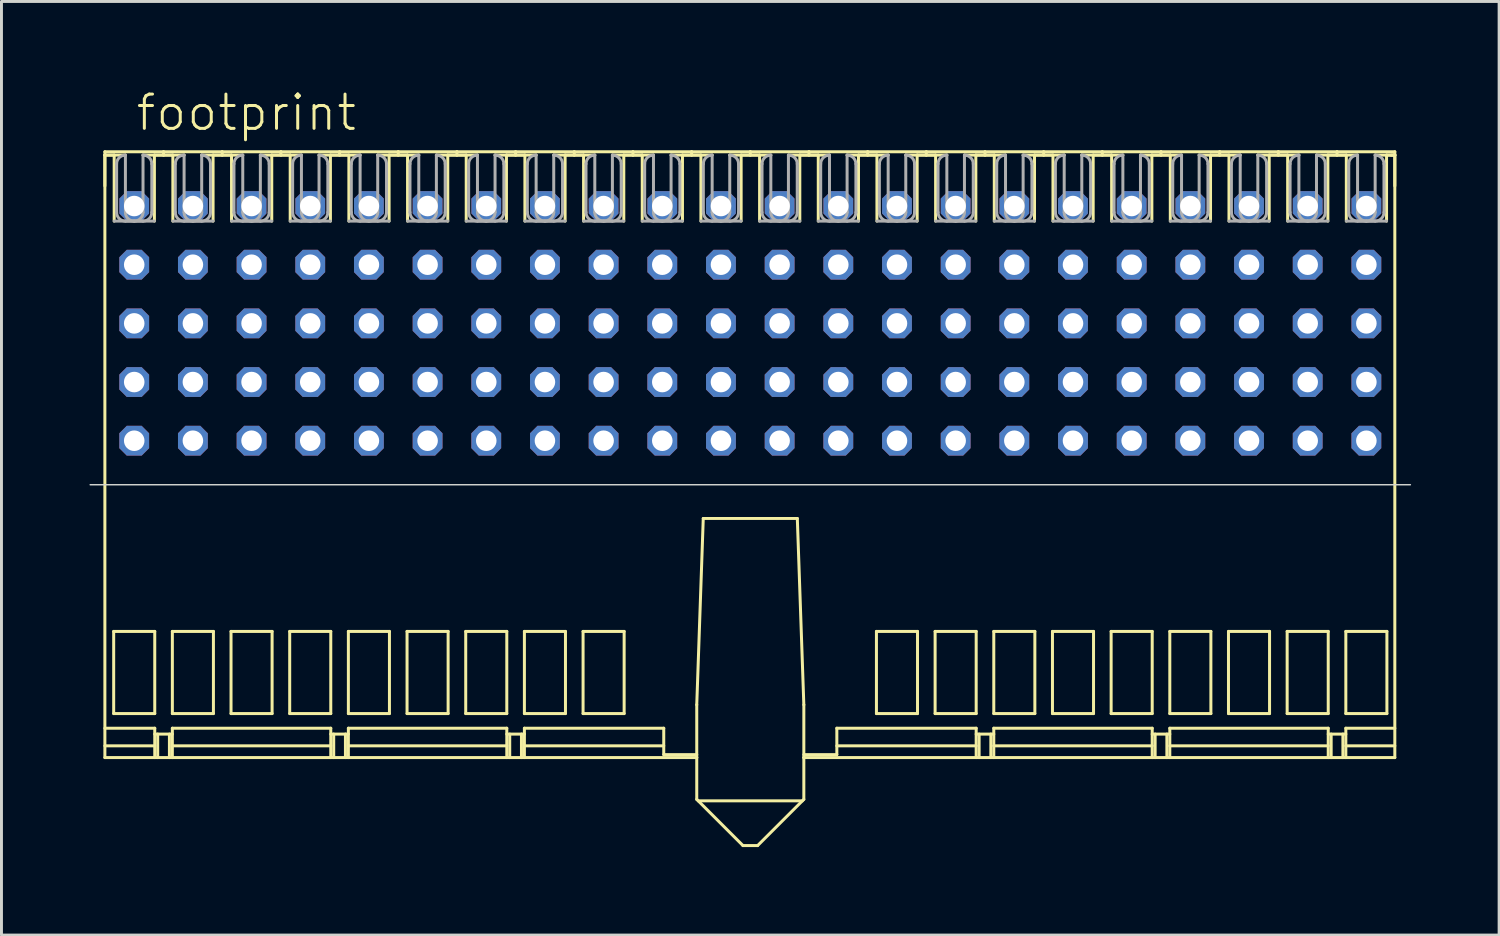
<source format=kicad_pcb>
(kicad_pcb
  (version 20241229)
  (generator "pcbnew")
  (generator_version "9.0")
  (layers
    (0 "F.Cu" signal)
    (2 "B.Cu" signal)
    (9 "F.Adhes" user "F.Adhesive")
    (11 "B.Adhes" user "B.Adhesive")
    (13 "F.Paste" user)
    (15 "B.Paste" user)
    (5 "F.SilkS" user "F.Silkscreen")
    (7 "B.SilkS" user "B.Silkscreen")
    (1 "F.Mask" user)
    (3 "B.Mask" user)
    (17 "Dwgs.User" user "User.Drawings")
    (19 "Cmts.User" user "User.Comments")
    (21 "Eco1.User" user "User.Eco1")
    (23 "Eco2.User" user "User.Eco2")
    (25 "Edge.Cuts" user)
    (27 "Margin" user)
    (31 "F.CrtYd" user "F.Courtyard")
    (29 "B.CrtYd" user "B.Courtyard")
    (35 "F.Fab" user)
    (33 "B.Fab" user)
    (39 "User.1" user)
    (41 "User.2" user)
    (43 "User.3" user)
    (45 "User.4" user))
  (footprint "footprint"
    (layer "F.Cu")
    (at 22.525 11.973)
    (property "Reference" "footprint" (at -21 -10.5 0) (layer "F.SilkS") (effects (font (size 1.168 1.168) (thickness 0.102)) (justify left bottom)))
    (fp_line (start -22 -9.85) (end -20 -9.85) (stroke (width 0.102) (type solid)) (layer "F.SilkS"))
    (fp_line (start -22 -9.736) (end -22 -9.85) (stroke (width 0.102) (type solid)) (layer "F.SilkS"))
    (fp_line (start -22 -9.736) (end -22 10.8) (stroke (width 0.102) (type solid)) (layer "F.SilkS"))
    (fp_line (start -22 -8.686) (end -22 -9.736) (stroke (width 0.102) (type solid)) (layer "F.SilkS"))
    (fp_line (start -22 9.8) (end -20.3 9.8) (stroke (width 0.102) (type solid)) (layer "F.SilkS"))
    (fp_line (start -22 10.4) (end -20.3 10.4) (stroke (width 0.102) (type solid)) (layer "F.SilkS"))
    (fp_line (start -22 10.8) (end -1.825 10.8) (stroke (width 0.102) (type solid)) (layer "F.SilkS"))
    (fp_line (start -21.7 6.5) (end -21.7 9.3) (stroke (width 0.102) (type solid)) (layer "F.SilkS"))
    (fp_line (start -21.7 9.3) (end -20.3 9.3) (stroke (width 0.102) (type solid)) (layer "F.SilkS"))
    (fp_line (start -21.683 -9.736) (end -22 -9.736) (stroke (width 0.102) (type solid)) (layer "F.SilkS"))
    (fp_line (start -21.683 -7.486) (end -21.683 -9.736) (stroke (width 0.102) (type solid)) (layer "F.SilkS"))
    (fp_line (start -21.3 -9.736) (end -22 -9.736) (stroke (width 0.102) (type solid)) (layer "F.SilkS"))
    (fp_line (start -20.312 -9.736) (end -20.312 -7.486) (stroke (width 0.102) (type solid)) (layer "F.SilkS"))
    (fp_line (start -20.3 6.5) (end -21.7 6.5) (stroke (width 0.102) (type solid)) (layer "F.SilkS"))
    (fp_line (start -20.3 9.3) (end -20.3 6.5) (stroke (width 0.102) (type solid)) (layer "F.SilkS"))
    (fp_line (start -20.3 9.8) (end -20.3 10.8) (stroke (width 0.102) (type solid)) (layer "F.SilkS"))
    (fp_line (start -20.3 10) (end -19.7 10) (stroke (width 0.102) (type solid)) (layer "F.SilkS"))
    (fp_line (start -20.2 10) (end -20.2 10.8) (stroke (width 0.102) (type solid)) (layer "F.SilkS"))
    (fp_line (start -20 -9.85) (end -18 -9.85) (stroke (width 0.102) (type solid)) (layer "F.SilkS"))
    (fp_line (start -20 -9.736) (end -20.312 -9.736) (stroke (width 0.102) (type solid)) (layer "F.SilkS"))
    (fp_line (start -20 -9.736) (end -20 -9.85) (stroke (width 0.102) (type solid)) (layer "F.SilkS"))
    (fp_line (start -19.8 10) (end -19.8 10.8) (stroke (width 0.102) (type solid)) (layer "F.SilkS"))
    (fp_line (start -19.7 6.5) (end -19.7 9.3) (stroke (width 0.102) (type solid)) (layer "F.SilkS"))
    (fp_line (start -19.7 9.3) (end -18.3 9.3) (stroke (width 0.102) (type solid)) (layer "F.SilkS"))
    (fp_line (start -19.7 9.8) (end -14.3 9.8) (stroke (width 0.102) (type solid)) (layer "F.SilkS"))
    (fp_line (start -19.7 10.4) (end -14.3 10.4) (stroke (width 0.102) (type solid)) (layer "F.SilkS"))
    (fp_line (start -19.7 10.8) (end -19.7 9.8) (stroke (width 0.102) (type solid)) (layer "F.SilkS"))
    (fp_line (start -19.683 -9.736) (end -20 -9.736) (stroke (width 0.102) (type solid)) (layer "F.SilkS"))
    (fp_line (start -19.683 -7.486) (end -19.683 -9.736) (stroke (width 0.102) (type solid)) (layer "F.SilkS"))
    (fp_line (start -19.3 -9.736) (end -20.7 -9.736) (stroke (width 0.102) (type solid)) (layer "F.SilkS"))
    (fp_line (start -18.312 -9.736) (end -18.312 -7.486) (stroke (width 0.102) (type solid)) (layer "F.SilkS"))
    (fp_line (start -18.3 6.5) (end -19.7 6.5) (stroke (width 0.102) (type solid)) (layer "F.SilkS"))
    (fp_line (start -18.3 9.3) (end -18.3 6.5) (stroke (width 0.102) (type solid)) (layer "F.SilkS"))
    (fp_line (start -18 -9.85) (end -18 -9.736) (stroke (width 0.102) (type solid)) (layer "F.SilkS"))
    (fp_line (start -18 -9.85) (end -16 -9.85) (stroke (width 0.102) (type solid)) (layer "F.SilkS"))
    (fp_line (start -18 -9.736) (end -18.312 -9.736) (stroke (width 0.102) (type solid)) (layer "F.SilkS"))
    (fp_line (start -17.7 6.5) (end -17.7 9.3) (stroke (width 0.102) (type solid)) (layer "F.SilkS"))
    (fp_line (start -17.7 9.3) (end -16.3 9.3) (stroke (width 0.102) (type solid)) (layer "F.SilkS"))
    (fp_line (start -17.683 -9.736) (end -18 -9.736) (stroke (width 0.102) (type solid)) (layer "F.SilkS"))
    (fp_line (start -17.683 -7.486) (end -17.683 -9.736) (stroke (width 0.102) (type solid)) (layer "F.SilkS"))
    (fp_line (start -17.3 -9.736) (end -18.7 -9.736) (stroke (width 0.102) (type solid)) (layer "F.SilkS"))
    (fp_line (start -16.312 -9.736) (end -16.312 -7.486) (stroke (width 0.102) (type solid)) (layer "F.SilkS"))
    (fp_line (start -16.3 6.5) (end -17.7 6.5) (stroke (width 0.102) (type solid)) (layer "F.SilkS"))
    (fp_line (start -16.3 9.3) (end -16.3 6.5) (stroke (width 0.102) (type solid)) (layer "F.SilkS"))
    (fp_line (start -16 -9.85) (end -16 -9.736) (stroke (width 0.102) (type solid)) (layer "F.SilkS"))
    (fp_line (start -16 -9.85) (end -14 -9.85) (stroke (width 0.102) (type solid)) (layer "F.SilkS"))
    (fp_line (start -16 -9.736) (end -16.312 -9.736) (stroke (width 0.102) (type solid)) (layer "F.SilkS"))
    (fp_line (start -15.7 6.5) (end -15.7 9.3) (stroke (width 0.102) (type solid)) (layer "F.SilkS"))
    (fp_line (start -15.7 9.3) (end -14.3 9.3) (stroke (width 0.102) (type solid)) (layer "F.SilkS"))
    (fp_line (start -15.683 -9.736) (end -16 -9.736) (stroke (width 0.102) (type solid)) (layer "F.SilkS"))
    (fp_line (start -15.683 -7.486) (end -15.683 -9.736) (stroke (width 0.102) (type solid)) (layer "F.SilkS"))
    (fp_line (start -15.3 -9.736) (end -16.7 -9.736) (stroke (width 0.102) (type solid)) (layer "F.SilkS"))
    (fp_line (start -14.312 -9.736) (end -14.312 -7.486) (stroke (width 0.102) (type solid)) (layer "F.SilkS"))
    (fp_line (start -14.3 6.5) (end -15.7 6.5) (stroke (width 0.102) (type solid)) (layer "F.SilkS"))
    (fp_line (start -14.3 9.3) (end -14.3 6.5) (stroke (width 0.102) (type solid)) (layer "F.SilkS"))
    (fp_line (start -14.3 9.8) (end -14.3 10.8) (stroke (width 0.102) (type solid)) (layer "F.SilkS"))
    (fp_line (start -14.3 10) (end -13.7 10) (stroke (width 0.102) (type solid)) (layer "F.SilkS"))
    (fp_line (start -14.2 10) (end -14.2 10.8) (stroke (width 0.102) (type solid)) (layer "F.SilkS"))
    (fp_line (start -14 -9.85) (end -14 -9.736) (stroke (width 0.102) (type solid)) (layer "F.SilkS"))
    (fp_line (start -14 -9.85) (end -12 -9.85) (stroke (width 0.102) (type solid)) (layer "F.SilkS"))
    (fp_line (start -14 -9.736) (end -14.312 -9.736) (stroke (width 0.102) (type solid)) (layer "F.SilkS"))
    (fp_line (start -13.8 10) (end -13.8 10.8) (stroke (width 0.102) (type solid)) (layer "F.SilkS"))
    (fp_line (start -13.7 6.5) (end -13.7 9.3) (stroke (width 0.102) (type solid)) (layer "F.SilkS"))
    (fp_line (start -13.7 9.3) (end -12.3 9.3) (stroke (width 0.102) (type solid)) (layer "F.SilkS"))
    (fp_line (start -13.7 9.8) (end -8.3 9.8) (stroke (width 0.102) (type solid)) (layer "F.SilkS"))
    (fp_line (start -13.7 10.4) (end -8.3 10.4) (stroke (width 0.102) (type solid)) (layer "F.SilkS"))
    (fp_line (start -13.7 10.8) (end -13.7 9.8) (stroke (width 0.102) (type solid)) (layer "F.SilkS"))
    (fp_line (start -13.683 -9.736) (end -14 -9.736) (stroke (width 0.102) (type solid)) (layer "F.SilkS"))
    (fp_line (start -13.683 -7.486) (end -13.683 -9.736) (stroke (width 0.102) (type solid)) (layer "F.SilkS"))
    (fp_line (start -13.3 -9.736) (end -14.7 -9.736) (stroke (width 0.102) (type solid)) (layer "F.SilkS"))
    (fp_line (start -12.312 -9.736) (end -12.312 -7.486) (stroke (width 0.102) (type solid)) (layer "F.SilkS"))
    (fp_line (start -12.3 6.5) (end -13.7 6.5) (stroke (width 0.102) (type solid)) (layer "F.SilkS"))
    (fp_line (start -12.3 9.3) (end -12.3 6.5) (stroke (width 0.102) (type solid)) (layer "F.SilkS"))
    (fp_line (start -12 -9.85) (end -12 -9.736) (stroke (width 0.102) (type solid)) (layer "F.SilkS"))
    (fp_line (start -12 -9.85) (end -10 -9.85) (stroke (width 0.102) (type solid)) (layer "F.SilkS"))
    (fp_line (start -12 -9.736) (end -12.312 -9.736) (stroke (width 0.102) (type solid)) (layer "F.SilkS"))
    (fp_line (start -11.7 6.5) (end -11.7 9.3) (stroke (width 0.102) (type solid)) (layer "F.SilkS"))
    (fp_line (start -11.7 9.3) (end -10.3 9.3) (stroke (width 0.102) (type solid)) (layer "F.SilkS"))
    (fp_line (start -11.683 -9.736) (end -12 -9.736) (stroke (width 0.102) (type solid)) (layer "F.SilkS"))
    (fp_line (start -11.683 -7.486) (end -11.683 -9.736) (stroke (width 0.102) (type solid)) (layer "F.SilkS"))
    (fp_line (start -11.3 -9.736) (end -12.7 -9.736) (stroke (width 0.102) (type solid)) (layer "F.SilkS"))
    (fp_line (start -10.312 -9.736) (end -10.312 -7.486) (stroke (width 0.102) (type solid)) (layer "F.SilkS"))
    (fp_line (start -10.3 6.5) (end -11.7 6.5) (stroke (width 0.102) (type solid)) (layer "F.SilkS"))
    (fp_line (start -10.3 9.3) (end -10.3 6.5) (stroke (width 0.102) (type solid)) (layer "F.SilkS"))
    (fp_line (start -10 -9.85) (end -10 -9.736) (stroke (width 0.102) (type solid)) (layer "F.SilkS"))
    (fp_line (start -10 -9.85) (end -8 -9.85) (stroke (width 0.102) (type solid)) (layer "F.SilkS"))
    (fp_line (start -10 -9.736) (end -10.312 -9.736) (stroke (width 0.102) (type solid)) (layer "F.SilkS"))
    (fp_line (start -9.7 6.5) (end -9.7 9.3) (stroke (width 0.102) (type solid)) (layer "F.SilkS"))
    (fp_line (start -9.7 9.3) (end -8.3 9.3) (stroke (width 0.102) (type solid)) (layer "F.SilkS"))
    (fp_line (start -9.683 -9.736) (end -10 -9.736) (stroke (width 0.102) (type solid)) (layer "F.SilkS"))
    (fp_line (start -9.683 -7.486) (end -9.683 -9.736) (stroke (width 0.102) (type solid)) (layer "F.SilkS"))
    (fp_line (start -9.3 -9.736) (end -10.7 -9.736) (stroke (width 0.102) (type solid)) (layer "F.SilkS"))
    (fp_line (start -8.312 -9.736) (end -8.312 -7.486) (stroke (width 0.102) (type solid)) (layer "F.SilkS"))
    (fp_line (start -8.3 6.5) (end -9.7 6.5) (stroke (width 0.102) (type solid)) (layer "F.SilkS"))
    (fp_line (start -8.3 9.3) (end -8.3 6.5) (stroke (width 0.102) (type solid)) (layer "F.SilkS"))
    (fp_line (start -8.3 9.8) (end -8.3 10.8) (stroke (width 0.102) (type solid)) (layer "F.SilkS"))
    (fp_line (start -8.3 10) (end -7.7 10) (stroke (width 0.102) (type solid)) (layer "F.SilkS"))
    (fp_line (start -8.2 10) (end -8.2 10.8) (stroke (width 0.102) (type solid)) (layer "F.SilkS"))
    (fp_line (start -8 -9.85) (end -8 -9.736) (stroke (width 0.102) (type solid)) (layer "F.SilkS"))
    (fp_line (start -8 -9.85) (end -6 -9.85) (stroke (width 0.102) (type solid)) (layer "F.SilkS"))
    (fp_line (start -8 -9.736) (end -8.312 -9.736) (stroke (width 0.102) (type solid)) (layer "F.SilkS"))
    (fp_line (start -7.8 10) (end -7.8 10.8) (stroke (width 0.102) (type solid)) (layer "F.SilkS"))
    (fp_line (start -7.7 6.5) (end -7.7 9.3) (stroke (width 0.102) (type solid)) (layer "F.SilkS"))
    (fp_line (start -7.7 9.3) (end -6.3 9.3) (stroke (width 0.102) (type solid)) (layer "F.SilkS"))
    (fp_line (start -7.7 9.8) (end -2.95 9.8) (stroke (width 0.102) (type solid)) (layer "F.SilkS"))
    (fp_line (start -7.7 10.4) (end -2.95 10.4) (stroke (width 0.102) (type solid)) (layer "F.SilkS"))
    (fp_line (start -7.7 10.8) (end -7.7 9.8) (stroke (width 0.102) (type solid)) (layer "F.SilkS"))
    (fp_line (start -7.683 -9.736) (end -8 -9.736) (stroke (width 0.102) (type solid)) (layer "F.SilkS"))
    (fp_line (start -7.683 -7.486) (end -7.683 -9.736) (stroke (width 0.102) (type solid)) (layer "F.SilkS"))
    (fp_line (start -7.3 -9.736) (end -8.7 -9.736) (stroke (width 0.102) (type solid)) (layer "F.SilkS"))
    (fp_line (start -6.312 -9.736) (end -6.312 -7.486) (stroke (width 0.102) (type solid)) (layer "F.SilkS"))
    (fp_line (start -6.3 6.5) (end -7.7 6.5) (stroke (width 0.102) (type solid)) (layer "F.SilkS"))
    (fp_line (start -6.3 9.3) (end -6.3 6.5) (stroke (width 0.102) (type solid)) (layer "F.SilkS"))
    (fp_line (start -6 -9.85) (end -6 -9.736) (stroke (width 0.102) (type solid)) (layer "F.SilkS"))
    (fp_line (start -6 -9.85) (end -4 -9.85) (stroke (width 0.102) (type solid)) (layer "F.SilkS"))
    (fp_line (start -6 -9.736) (end -6.312 -9.736) (stroke (width 0.102) (type solid)) (layer "F.SilkS"))
    (fp_line (start -5.7 6.5) (end -5.7 9.3) (stroke (width 0.102) (type solid)) (layer "F.SilkS"))
    (fp_line (start -5.7 9.3) (end -4.3 9.3) (stroke (width 0.102) (type solid)) (layer "F.SilkS"))
    (fp_line (start -5.683 -9.736) (end -6 -9.736) (stroke (width 0.102) (type solid)) (layer "F.SilkS"))
    (fp_line (start -5.683 -7.486) (end -5.683 -9.736) (stroke (width 0.102) (type solid)) (layer "F.SilkS"))
    (fp_line (start -5.3 -9.736) (end -6.7 -9.736) (stroke (width 0.102) (type solid)) (layer "F.SilkS"))
    (fp_line (start -4.312 -9.736) (end -4.312 -7.486) (stroke (width 0.102) (type solid)) (layer "F.SilkS"))
    (fp_line (start -4.3 6.5) (end -5.7 6.5) (stroke (width 0.102) (type solid)) (layer "F.SilkS"))
    (fp_line (start -4.3 9.3) (end -4.3 6.5) (stroke (width 0.102) (type solid)) (layer "F.SilkS"))
    (fp_line (start -4 -9.85) (end -4 -9.736) (stroke (width 0.102) (type solid)) (layer "F.SilkS"))
    (fp_line (start -4 -9.85) (end -2 -9.85) (stroke (width 0.102) (type solid)) (layer "F.SilkS"))
    (fp_line (start -4 -9.736) (end -4.312 -9.736) (stroke (width 0.102) (type solid)) (layer "F.SilkS"))
    (fp_line (start -3.683 -9.736) (end -4 -9.736) (stroke (width 0.102) (type solid)) (layer "F.SilkS"))
    (fp_line (start -3.683 -7.486) (end -3.683 -9.736) (stroke (width 0.102) (type solid)) (layer "F.SilkS"))
    (fp_line (start -3.3 -9.736) (end -4.7 -9.736) (stroke (width 0.102) (type solid)) (layer "F.SilkS"))
    (fp_line (start -2.95 9.8) (end -2.95 10.7) (stroke (width 0.102) (type solid)) (layer "F.SilkS"))
    (fp_line (start -2.95 10.7) (end -1.825 10.7) (stroke (width 0.102) (type solid)) (layer "F.SilkS"))
    (fp_line (start -2.312 -9.736) (end -2.312 -7.486) (stroke (width 0.102) (type solid)) (layer "F.SilkS"))
    (fp_line (start -2 -9.85) (end -2 -9.736) (stroke (width 0.102) (type solid)) (layer "F.SilkS"))
    (fp_line (start -2 -9.85) (end 0 -9.85) (stroke (width 0.102) (type solid)) (layer "F.SilkS"))
    (fp_line (start -2 -9.736) (end -2.312 -9.736) (stroke (width 0.102) (type solid)) (layer "F.SilkS"))
    (fp_line (start -1.825 9) (end -1.825 10.8) (stroke (width 0.102) (type solid)) (layer "F.SilkS"))
    (fp_line (start -1.825 10.8) (end -1.825 12.225) (stroke (width 0.102) (type solid)) (layer "F.SilkS"))
    (fp_line (start -1.825 12.225) (end -0.25 13.8) (stroke (width 0.102) (type solid)) (layer "F.SilkS"))
    (fp_line (start -1.775 12.275) (end 1.775 12.275) (stroke (width 0.102) (type solid)) (layer "F.SilkS"))
    (fp_line (start -1.683 -9.736) (end -2 -9.736) (stroke (width 0.102) (type solid)) (layer "F.SilkS"))
    (fp_line (start -1.683 -7.486) (end -1.683 -9.736) (stroke (width 0.102) (type solid)) (layer "F.SilkS"))
    (fp_line (start -1.603 2.65) (end -1.825 9) (stroke (width 0.102) (type solid)) (layer "F.SilkS"))
    (fp_line (start -1.3 -9.736) (end -2.7 -9.736) (stroke (width 0.102) (type solid)) (layer "F.SilkS"))
    (fp_line (start -0.312 -9.736) (end -0.312 -7.486) (stroke (width 0.102) (type solid)) (layer "F.SilkS"))
    (fp_line (start -0.25 13.8) (end 0.25 13.8) (stroke (width 0.102) (type solid)) (layer "F.SilkS"))
    (fp_line (start 0 -9.85) (end 0 -9.736) (stroke (width 0.102) (type solid)) (layer "F.SilkS"))
    (fp_line (start 0 -9.85) (end 2 -9.85) (stroke (width 0.102) (type solid)) (layer "F.SilkS"))
    (fp_line (start 0 -9.736) (end -0.312 -9.736) (stroke (width 0.102) (type solid)) (layer "F.SilkS"))
    (fp_line (start 0.25 13.8) (end 1.825 12.225) (stroke (width 0.102) (type solid)) (layer "F.SilkS"))
    (fp_line (start 0.317 -9.736) (end 0 -9.736) (stroke (width 0.102) (type solid)) (layer "F.SilkS"))
    (fp_line (start 0.317 -7.486) (end 0.317 -9.736) (stroke (width 0.102) (type solid)) (layer "F.SilkS"))
    (fp_line (start 0.7 -9.736) (end -0.7 -9.736) (stroke (width 0.102) (type solid)) (layer "F.SilkS"))
    (fp_line (start 1.603 2.65) (end -1.603 2.65) (stroke (width 0.102) (type solid)) (layer "F.SilkS"))
    (fp_line (start 1.688 -9.736) (end 1.688 -7.486) (stroke (width 0.102) (type solid)) (layer "F.SilkS"))
    (fp_line (start 1.825 9) (end 1.603 2.65) (stroke (width 0.102) (type solid)) (layer "F.SilkS"))
    (fp_line (start 1.825 10.7) (end 2.95 10.7) (stroke (width 0.102) (type solid)) (layer "F.SilkS"))
    (fp_line (start 1.825 10.8) (end 1.825 9) (stroke (width 0.102) (type solid)) (layer "F.SilkS"))
    (fp_line (start 1.825 10.8) (end 21.97 10.8) (stroke (width 0.102) (type solid)) (layer "F.SilkS"))
    (fp_line (start 1.825 12.225) (end 1.825 10.8) (stroke (width 0.102) (type solid)) (layer "F.SilkS"))
    (fp_line (start 2 -9.85) (end 2 -9.736) (stroke (width 0.102) (type solid)) (layer "F.SilkS"))
    (fp_line (start 2 -9.85) (end 4 -9.85) (stroke (width 0.102) (type solid)) (layer "F.SilkS"))
    (fp_line (start 2 -9.736) (end 1.688 -9.736) (stroke (width 0.102) (type solid)) (layer "F.SilkS"))
    (fp_line (start 2.317 -9.736) (end 2 -9.736) (stroke (width 0.102) (type solid)) (layer "F.SilkS"))
    (fp_line (start 2.317 -7.486) (end 2.317 -9.736) (stroke (width 0.102) (type solid)) (layer "F.SilkS"))
    (fp_line (start 2.7 -9.736) (end 1.3 -9.736) (stroke (width 0.102) (type solid)) (layer "F.SilkS"))
    (fp_line (start 2.95 9.8) (end 7.7 9.8) (stroke (width 0.102) (type solid)) (layer "F.SilkS"))
    (fp_line (start 2.95 10.7) (end 2.95 9.8) (stroke (width 0.102) (type solid)) (layer "F.SilkS"))
    (fp_line (start 3.688 -9.736) (end 3.688 -7.486) (stroke (width 0.102) (type solid)) (layer "F.SilkS"))
    (fp_line (start 4 -9.85) (end 4 -9.736) (stroke (width 0.102) (type solid)) (layer "F.SilkS"))
    (fp_line (start 4 -9.85) (end 6 -9.85) (stroke (width 0.102) (type solid)) (layer "F.SilkS"))
    (fp_line (start 4 -9.736) (end 3.688 -9.736) (stroke (width 0.102) (type solid)) (layer "F.SilkS"))
    (fp_line (start 4.3 6.5) (end 5.7 6.5) (stroke (width 0.102) (type solid)) (layer "F.SilkS"))
    (fp_line (start 4.3 9.3) (end 4.3 6.5) (stroke (width 0.102) (type solid)) (layer "F.SilkS"))
    (fp_line (start 4.317 -9.736) (end 4 -9.736) (stroke (width 0.102) (type solid)) (layer "F.SilkS"))
    (fp_line (start 4.317 -7.486) (end 4.317 -9.736) (stroke (width 0.102) (type solid)) (layer "F.SilkS"))
    (fp_line (start 4.7 -9.736) (end 3.3 -9.736) (stroke (width 0.102) (type solid)) (layer "F.SilkS"))
    (fp_line (start 5.688 -9.736) (end 5.688 -7.486) (stroke (width 0.102) (type solid)) (layer "F.SilkS"))
    (fp_line (start 5.7 6.5) (end 5.7 9.3) (stroke (width 0.102) (type solid)) (layer "F.SilkS"))
    (fp_line (start 5.7 9.3) (end 4.3 9.3) (stroke (width 0.102) (type solid)) (layer "F.SilkS"))
    (fp_line (start 6 -9.85) (end 6 -9.736) (stroke (width 0.102) (type solid)) (layer "F.SilkS"))
    (fp_line (start 6 -9.85) (end 8 -9.85) (stroke (width 0.102) (type solid)) (layer "F.SilkS"))
    (fp_line (start 6 -9.736) (end 5.688 -9.736) (stroke (width 0.102) (type solid)) (layer "F.SilkS"))
    (fp_line (start 6.3 6.5) (end 7.7 6.5) (stroke (width 0.102) (type solid)) (layer "F.SilkS"))
    (fp_line (start 6.3 9.3) (end 6.3 6.5) (stroke (width 0.102) (type solid)) (layer "F.SilkS"))
    (fp_line (start 6.317 -9.736) (end 6 -9.736) (stroke (width 0.102) (type solid)) (layer "F.SilkS"))
    (fp_line (start 6.317 -7.486) (end 6.317 -9.736) (stroke (width 0.102) (type solid)) (layer "F.SilkS"))
    (fp_line (start 6.7 -9.736) (end 5.3 -9.736) (stroke (width 0.102) (type solid)) (layer "F.SilkS"))
    (fp_line (start 7.688 -9.736) (end 7.688 -7.486) (stroke (width 0.102) (type solid)) (layer "F.SilkS"))
    (fp_line (start 7.7 6.5) (end 7.7 9.3) (stroke (width 0.102) (type solid)) (layer "F.SilkS"))
    (fp_line (start 7.7 9.3) (end 6.3 9.3) (stroke (width 0.102) (type solid)) (layer "F.SilkS"))
    (fp_line (start 7.7 9.8) (end 7.7 10.8) (stroke (width 0.102) (type solid)) (layer "F.SilkS"))
    (fp_line (start 7.7 10.4) (end 2.95 10.4) (stroke (width 0.102) (type solid)) (layer "F.SilkS"))
    (fp_line (start 7.8 10) (end 7.8 10.8) (stroke (width 0.102) (type solid)) (layer "F.SilkS"))
    (fp_line (start 8 -9.85) (end 8 -9.736) (stroke (width 0.102) (type solid)) (layer "F.SilkS"))
    (fp_line (start 8 -9.85) (end 10 -9.85) (stroke (width 0.102) (type solid)) (layer "F.SilkS"))
    (fp_line (start 8 -9.736) (end 7.688 -9.736) (stroke (width 0.102) (type solid)) (layer "F.SilkS"))
    (fp_line (start 8.2 10) (end 8.2 10.8) (stroke (width 0.102) (type solid)) (layer "F.SilkS"))
    (fp_line (start 8.3 6.5) (end 9.7 6.5) (stroke (width 0.102) (type solid)) (layer "F.SilkS"))
    (fp_line (start 8.3 9.3) (end 8.3 6.5) (stroke (width 0.102) (type solid)) (layer "F.SilkS"))
    (fp_line (start 8.3 9.8) (end 8.3 10.8) (stroke (width 0.102) (type solid)) (layer "F.SilkS"))
    (fp_line (start 8.3 10) (end 7.7 10) (stroke (width 0.102) (type solid)) (layer "F.SilkS"))
    (fp_line (start 8.317 -9.736) (end 8 -9.736) (stroke (width 0.102) (type solid)) (layer "F.SilkS"))
    (fp_line (start 8.317 -7.486) (end 8.317 -9.736) (stroke (width 0.102) (type solid)) (layer "F.SilkS"))
    (fp_line (start 8.7 -9.736) (end 7.3 -9.736) (stroke (width 0.102) (type solid)) (layer "F.SilkS"))
    (fp_line (start 9.688 -9.736) (end 9.688 -7.486) (stroke (width 0.102) (type solid)) (layer "F.SilkS"))
    (fp_line (start 9.7 6.5) (end 9.7 9.3) (stroke (width 0.102) (type solid)) (layer "F.SilkS"))
    (fp_line (start 9.7 9.3) (end 8.3 9.3) (stroke (width 0.102) (type solid)) (layer "F.SilkS"))
    (fp_line (start 10 -9.85) (end 10 -9.736) (stroke (width 0.102) (type solid)) (layer "F.SilkS"))
    (fp_line (start 10 -9.85) (end 12 -9.85) (stroke (width 0.102) (type solid)) (layer "F.SilkS"))
    (fp_line (start 10 -9.736) (end 9.688 -9.736) (stroke (width 0.102) (type solid)) (layer "F.SilkS"))
    (fp_line (start 10.3 6.5) (end 11.7 6.5) (stroke (width 0.102) (type solid)) (layer "F.SilkS"))
    (fp_line (start 10.3 9.3) (end 10.3 6.5) (stroke (width 0.102) (type solid)) (layer "F.SilkS"))
    (fp_line (start 10.317 -9.736) (end 10 -9.736) (stroke (width 0.102) (type solid)) (layer "F.SilkS"))
    (fp_line (start 10.317 -7.486) (end 10.317 -9.736) (stroke (width 0.102) (type solid)) (layer "F.SilkS"))
    (fp_line (start 10.7 -9.736) (end 9.3 -9.736) (stroke (width 0.102) (type solid)) (layer "F.SilkS"))
    (fp_line (start 11.688 -9.736) (end 11.688 -7.486) (stroke (width 0.102) (type solid)) (layer "F.SilkS"))
    (fp_line (start 11.7 6.5) (end 11.7 9.3) (stroke (width 0.102) (type solid)) (layer "F.SilkS"))
    (fp_line (start 11.7 9.3) (end 10.3 9.3) (stroke (width 0.102) (type solid)) (layer "F.SilkS"))
    (fp_line (start 12 -9.85) (end 12 -9.736) (stroke (width 0.102) (type solid)) (layer "F.SilkS"))
    (fp_line (start 12 -9.85) (end 14 -9.85) (stroke (width 0.102) (type solid)) (layer "F.SilkS"))
    (fp_line (start 12 -9.736) (end 11.688 -9.736) (stroke (width 0.102) (type solid)) (layer "F.SilkS"))
    (fp_line (start 12.3 6.5) (end 13.7 6.5) (stroke (width 0.102) (type solid)) (layer "F.SilkS"))
    (fp_line (start 12.3 9.3) (end 12.3 6.5) (stroke (width 0.102) (type solid)) (layer "F.SilkS"))
    (fp_line (start 12.317 -9.736) (end 12 -9.736) (stroke (width 0.102) (type solid)) (layer "F.SilkS"))
    (fp_line (start 12.317 -7.486) (end 12.317 -9.736) (stroke (width 0.102) (type solid)) (layer "F.SilkS"))
    (fp_line (start 12.7 -9.736) (end 11.3 -9.736) (stroke (width 0.102) (type solid)) (layer "F.SilkS"))
    (fp_line (start 13.688 -9.736) (end 13.688 -7.486) (stroke (width 0.102) (type solid)) (layer "F.SilkS"))
    (fp_line (start 13.7 6.5) (end 13.7 9.3) (stroke (width 0.102) (type solid)) (layer "F.SilkS"))
    (fp_line (start 13.7 9.3) (end 12.3 9.3) (stroke (width 0.102) (type solid)) (layer "F.SilkS"))
    (fp_line (start 13.7 9.8) (end 8.3 9.8) (stroke (width 0.102) (type solid)) (layer "F.SilkS"))
    (fp_line (start 13.7 10.4) (end 8.3 10.4) (stroke (width 0.102) (type solid)) (layer "F.SilkS"))
    (fp_line (start 13.7 10.8) (end 13.7 9.8) (stroke (width 0.102) (type solid)) (layer "F.SilkS"))
    (fp_line (start 13.8 10) (end 13.8 10.8) (stroke (width 0.102) (type solid)) (layer "F.SilkS"))
    (fp_line (start 14 -9.85) (end 14 -9.736) (stroke (width 0.102) (type solid)) (layer "F.SilkS"))
    (fp_line (start 14 -9.85) (end 16 -9.85) (stroke (width 0.102) (type solid)) (layer "F.SilkS"))
    (fp_line (start 14 -9.736) (end 13.688 -9.736) (stroke (width 0.102) (type solid)) (layer "F.SilkS"))
    (fp_line (start 14.2 10) (end 14.2 10.8) (stroke (width 0.102) (type solid)) (layer "F.SilkS"))
    (fp_line (start 14.3 6.5) (end 15.7 6.5) (stroke (width 0.102) (type solid)) (layer "F.SilkS"))
    (fp_line (start 14.3 9.3) (end 14.3 6.5) (stroke (width 0.102) (type solid)) (layer "F.SilkS"))
    (fp_line (start 14.3 9.8) (end 14.3 10.8) (stroke (width 0.102) (type solid)) (layer "F.SilkS"))
    (fp_line (start 14.3 10) (end 13.7 10) (stroke (width 0.102) (type solid)) (layer "F.SilkS"))
    (fp_line (start 14.317 -9.736) (end 14 -9.736) (stroke (width 0.102) (type solid)) (layer "F.SilkS"))
    (fp_line (start 14.317 -7.486) (end 14.317 -9.736) (stroke (width 0.102) (type solid)) (layer "F.SilkS"))
    (fp_line (start 14.7 -9.736) (end 13.3 -9.736) (stroke (width 0.102) (type solid)) (layer "F.SilkS"))
    (fp_line (start 15.688 -9.736) (end 15.688 -7.486) (stroke (width 0.102) (type solid)) (layer "F.SilkS"))
    (fp_line (start 15.7 6.5) (end 15.7 9.3) (stroke (width 0.102) (type solid)) (layer "F.SilkS"))
    (fp_line (start 15.7 9.3) (end 14.3 9.3) (stroke (width 0.102) (type solid)) (layer "F.SilkS"))
    (fp_line (start 16 -9.85) (end 16 -9.736) (stroke (width 0.102) (type solid)) (layer "F.SilkS"))
    (fp_line (start 16 -9.85) (end 18 -9.85) (stroke (width 0.102) (type solid)) (layer "F.SilkS"))
    (fp_line (start 16 -9.736) (end 15.688 -9.736) (stroke (width 0.102) (type solid)) (layer "F.SilkS"))
    (fp_line (start 16.3 6.5) (end 17.7 6.5) (stroke (width 0.102) (type solid)) (layer "F.SilkS"))
    (fp_line (start 16.3 9.3) (end 16.3 6.5) (stroke (width 0.102) (type solid)) (layer "F.SilkS"))
    (fp_line (start 16.317 -9.736) (end 16 -9.736) (stroke (width 0.102) (type solid)) (layer "F.SilkS"))
    (fp_line (start 16.317 -7.486) (end 16.317 -9.736) (stroke (width 0.102) (type solid)) (layer "F.SilkS"))
    (fp_line (start 16.7 -9.736) (end 15.3 -9.736) (stroke (width 0.102) (type solid)) (layer "F.SilkS"))
    (fp_line (start 17.688 -9.736) (end 17.688 -7.486) (stroke (width 0.102) (type solid)) (layer "F.SilkS"))
    (fp_line (start 17.7 6.5) (end 17.7 9.3) (stroke (width 0.102) (type solid)) (layer "F.SilkS"))
    (fp_line (start 17.7 9.3) (end 16.3 9.3) (stroke (width 0.102) (type solid)) (layer "F.SilkS"))
    (fp_line (start 18 -9.85) (end 18 -9.736) (stroke (width 0.102) (type solid)) (layer "F.SilkS"))
    (fp_line (start 18 -9.85) (end 20 -9.85) (stroke (width 0.102) (type solid)) (layer "F.SilkS"))
    (fp_line (start 18 -9.736) (end 17.688 -9.736) (stroke (width 0.102) (type solid)) (layer "F.SilkS"))
    (fp_line (start 18.3 6.5) (end 19.7 6.5) (stroke (width 0.102) (type solid)) (layer "F.SilkS"))
    (fp_line (start 18.3 9.3) (end 18.3 6.5) (stroke (width 0.102) (type solid)) (layer "F.SilkS"))
    (fp_line (start 18.317 -9.736) (end 18 -9.736) (stroke (width 0.102) (type solid)) (layer "F.SilkS"))
    (fp_line (start 18.317 -7.486) (end 18.317 -9.736) (stroke (width 0.102) (type solid)) (layer "F.SilkS"))
    (fp_line (start 18.7 -9.736) (end 17.3 -9.736) (stroke (width 0.102) (type solid)) (layer "F.SilkS"))
    (fp_line (start 19.688 -9.736) (end 19.688 -7.486) (stroke (width 0.102) (type solid)) (layer "F.SilkS"))
    (fp_line (start 19.7 6.5) (end 19.7 9.3) (stroke (width 0.102) (type solid)) (layer "F.SilkS"))
    (fp_line (start 19.7 9.3) (end 18.3 9.3) (stroke (width 0.102) (type solid)) (layer "F.SilkS"))
    (fp_line (start 19.7 9.8) (end 14.3 9.8) (stroke (width 0.102) (type solid)) (layer "F.SilkS"))
    (fp_line (start 19.7 10.4) (end 14.3 10.4) (stroke (width 0.102) (type solid)) (layer "F.SilkS"))
    (fp_line (start 19.7 10.8) (end 19.7 9.8) (stroke (width 0.102) (type solid)) (layer "F.SilkS"))
    (fp_line (start 19.8 10) (end 19.8 10.8) (stroke (width 0.102) (type solid)) (layer "F.SilkS"))
    (fp_line (start 20 -9.85) (end 20 -9.736) (stroke (width 0.102) (type solid)) (layer "F.SilkS"))
    (fp_line (start 20 -9.85) (end 21.97 -9.85) (stroke (width 0.102) (type solid)) (layer "F.SilkS"))
    (fp_line (start 20 -9.736) (end 19.688 -9.736) (stroke (width 0.102) (type solid)) (layer "F.SilkS"))
    (fp_line (start 20.2 10) (end 20.2 10.8) (stroke (width 0.102) (type solid)) (layer "F.SilkS"))
    (fp_line (start 20.3 6.5) (end 21.7 6.5) (stroke (width 0.102) (type solid)) (layer "F.SilkS"))
    (fp_line (start 20.3 9.3) (end 20.3 6.5) (stroke (width 0.102) (type solid)) (layer "F.SilkS"))
    (fp_line (start 20.3 9.8) (end 20.3 10.8) (stroke (width 0.102) (type solid)) (layer "F.SilkS"))
    (fp_line (start 20.3 10) (end 19.7 10) (stroke (width 0.102) (type solid)) (layer "F.SilkS"))
    (fp_line (start 20.317 -9.736) (end 20 -9.736) (stroke (width 0.102) (type solid)) (layer "F.SilkS"))
    (fp_line (start 20.317 -7.486) (end 20.317 -9.736) (stroke (width 0.102) (type solid)) (layer "F.SilkS"))
    (fp_line (start 20.7 -9.736) (end 19.3 -9.736) (stroke (width 0.102) (type solid)) (layer "F.SilkS"))
    (fp_line (start 21.688 -9.736) (end 21.688 -7.486) (stroke (width 0.102) (type solid)) (layer "F.SilkS"))
    (fp_line (start 21.7 6.5) (end 21.7 9.3) (stroke (width 0.102) (type solid)) (layer "F.SilkS"))
    (fp_line (start 21.7 9.3) (end 20.3 9.3) (stroke (width 0.102) (type solid)) (layer "F.SilkS"))
    (fp_line (start 21.97 -9.85) (end 21.97 -9.736) (stroke (width 0.102) (type solid)) (layer "F.SilkS"))
    (fp_line (start 21.97 -9.736) (end 21.3 -9.736) (stroke (width 0.102) (type solid)) (layer "F.SilkS"))
    (fp_line (start 21.97 -9.736) (end 21.688 -9.736) (stroke (width 0.102) (type solid)) (layer "F.SilkS"))
    (fp_line (start 21.97 -9.736) (end 21.847 -9.736) (stroke (width 0.102) (type solid)) (layer "F.SilkS"))
    (fp_line (start 21.97 -9.736) (end 21.97 -8.686) (stroke (width 0.102) (type solid)) (layer "F.SilkS"))
    (fp_line (start 21.97 9.8) (end 20.3 9.8) (stroke (width 0.102) (type solid)) (layer "F.SilkS"))
    (fp_line (start 21.97 10.4) (end 20.3 10.4) (stroke (width 0.102) (type solid)) (layer "F.SilkS"))
    (fp_line (start 21.97 10.8) (end 21.97 -9.736) (stroke (width 0.102) (type solid)) (layer "F.SilkS"))
    (fp_line (start -22.5 1.5) (end 22.5 1.5) (stroke (width 0.05) (type solid)) (layer "Edge.Cuts"))
    (fp_line (start -21.6 -9.436) (end -21.6 -7.786) (stroke (width 0.102) (type solid)) (layer "F.Fab"))
    (fp_line (start -21.3 -7.786) (end -21.3 -9.736) (stroke (width 0.102) (type solid)) (layer "F.Fab"))
    (fp_line (start -21.3 -7.486) (end -21 -7.486) (stroke (width 0.102) (type solid)) (layer "F.Fab"))
    (fp_line (start -21 -7.486) (end -20.7 -7.486) (stroke (width 0.102) (type solid)) (layer "F.Fab"))
    (fp_line (start -20.7 -9.736) (end -20.7 -7.786) (stroke (width 0.102) (type solid)) (layer "F.Fab"))
    (fp_line (start -20.4 -7.786) (end -20.4 -9.436) (stroke (width 0.102) (type solid)) (layer "F.Fab"))
    (fp_line (start -20.312 -7.486) (end -21.683 -7.486) (stroke (width 0.102) (type solid)) (layer "F.Fab"))
    (fp_line (start -19.6 -9.436) (end -19.6 -7.786) (stroke (width 0.102) (type solid)) (layer "F.Fab"))
    (fp_line (start -19.3 -7.786) (end -19.3 -9.736) (stroke (width 0.102) (type solid)) (layer "F.Fab"))
    (fp_line (start -19.3 -7.486) (end -19 -7.486) (stroke (width 0.102) (type solid)) (layer "F.Fab"))
    (fp_line (start -19 -7.486) (end -18.7 -7.486) (stroke (width 0.102) (type solid)) (layer "F.Fab"))
    (fp_line (start -18.7 -9.736) (end -18.7 -7.786) (stroke (width 0.102) (type solid)) (layer "F.Fab"))
    (fp_line (start -18.4 -7.786) (end -18.4 -9.436) (stroke (width 0.102) (type solid)) (layer "F.Fab"))
    (fp_line (start -18.312 -7.486) (end -19.683 -7.486) (stroke (width 0.102) (type solid)) (layer "F.Fab"))
    (fp_line (start -17.6 -9.436) (end -17.6 -7.786) (stroke (width 0.102) (type solid)) (layer "F.Fab"))
    (fp_line (start -17.3 -7.786) (end -17.3 -9.736) (stroke (width 0.102) (type solid)) (layer "F.Fab"))
    (fp_line (start -17.3 -7.486) (end -17 -7.486) (stroke (width 0.102) (type solid)) (layer "F.Fab"))
    (fp_line (start -17 -7.486) (end -16.7 -7.486) (stroke (width 0.102) (type solid)) (layer "F.Fab"))
    (fp_line (start -16.7 -9.736) (end -16.7 -7.786) (stroke (width 0.102) (type solid)) (layer "F.Fab"))
    (fp_line (start -16.4 -7.786) (end -16.4 -9.436) (stroke (width 0.102) (type solid)) (layer "F.Fab"))
    (fp_line (start -16.312 -7.486) (end -17.683 -7.486) (stroke (width 0.102) (type solid)) (layer "F.Fab"))
    (fp_line (start -15.6 -9.436) (end -15.6 -7.786) (stroke (width 0.102) (type solid)) (layer "F.Fab"))
    (fp_line (start -15.3 -7.786) (end -15.3 -9.736) (stroke (width 0.102) (type solid)) (layer "F.Fab"))
    (fp_line (start -15.3 -7.486) (end -15 -7.486) (stroke (width 0.102) (type solid)) (layer "F.Fab"))
    (fp_line (start -15 -7.486) (end -14.7 -7.486) (stroke (width 0.102) (type solid)) (layer "F.Fab"))
    (fp_line (start -14.7 -9.736) (end -14.7 -7.786) (stroke (width 0.102) (type solid)) (layer "F.Fab"))
    (fp_line (start -14.4 -7.786) (end -14.4 -9.436) (stroke (width 0.102) (type solid)) (layer "F.Fab"))
    (fp_line (start -14.312 -7.486) (end -15.683 -7.486) (stroke (width 0.102) (type solid)) (layer "F.Fab"))
    (fp_line (start -13.6 -9.436) (end -13.6 -7.786) (stroke (width 0.102) (type solid)) (layer "F.Fab"))
    (fp_line (start -13.3 -7.786) (end -13.3 -9.736) (stroke (width 0.102) (type solid)) (layer "F.Fab"))
    (fp_line (start -13.3 -7.486) (end -13 -7.486) (stroke (width 0.102) (type solid)) (layer "F.Fab"))
    (fp_line (start -13 -7.486) (end -12.7 -7.486) (stroke (width 0.102) (type solid)) (layer "F.Fab"))
    (fp_line (start -12.7 -9.736) (end -12.7 -7.786) (stroke (width 0.102) (type solid)) (layer "F.Fab"))
    (fp_line (start -12.4 -7.786) (end -12.4 -9.436) (stroke (width 0.102) (type solid)) (layer "F.Fab"))
    (fp_line (start -12.312 -7.486) (end -13.683 -7.486) (stroke (width 0.102) (type solid)) (layer "F.Fab"))
    (fp_line (start -11.6 -9.436) (end -11.6 -7.786) (stroke (width 0.102) (type solid)) (layer "F.Fab"))
    (fp_line (start -11.3 -7.786) (end -11.3 -9.736) (stroke (width 0.102) (type solid)) (layer "F.Fab"))
    (fp_line (start -11.3 -7.486) (end -11 -7.486) (stroke (width 0.102) (type solid)) (layer "F.Fab"))
    (fp_line (start -11 -7.486) (end -10.7 -7.486) (stroke (width 0.102) (type solid)) (layer "F.Fab"))
    (fp_line (start -10.7 -9.736) (end -10.7 -7.786) (stroke (width 0.102) (type solid)) (layer "F.Fab"))
    (fp_line (start -10.4 -7.786) (end -10.4 -9.436) (stroke (width 0.102) (type solid)) (layer "F.Fab"))
    (fp_line (start -10.312 -7.486) (end -11.683 -7.486) (stroke (width 0.102) (type solid)) (layer "F.Fab"))
    (fp_line (start -9.6 -9.436) (end -9.6 -7.786) (stroke (width 0.102) (type solid)) (layer "F.Fab"))
    (fp_line (start -9.3 -7.786) (end -9.3 -9.736) (stroke (width 0.102) (type solid)) (layer "F.Fab"))
    (fp_line (start -9.3 -7.486) (end -9 -7.486) (stroke (width 0.102) (type solid)) (layer "F.Fab"))
    (fp_line (start -9 -7.486) (end -8.7 -7.486) (stroke (width 0.102) (type solid)) (layer "F.Fab"))
    (fp_line (start -8.7 -9.736) (end -8.7 -7.786) (stroke (width 0.102) (type solid)) (layer "F.Fab"))
    (fp_line (start -8.4 -7.786) (end -8.4 -9.436) (stroke (width 0.102) (type solid)) (layer "F.Fab"))
    (fp_line (start -8.312 -7.486) (end -9.683 -7.486) (stroke (width 0.102) (type solid)) (layer "F.Fab"))
    (fp_line (start -7.6 -9.436) (end -7.6 -7.786) (stroke (width 0.102) (type solid)) (layer "F.Fab"))
    (fp_line (start -7.3 -7.786) (end -7.3 -9.736) (stroke (width 0.102) (type solid)) (layer "F.Fab"))
    (fp_line (start -7.3 -7.486) (end -7 -7.486) (stroke (width 0.102) (type solid)) (layer "F.Fab"))
    (fp_line (start -7 -7.486) (end -6.7 -7.486) (stroke (width 0.102) (type solid)) (layer "F.Fab"))
    (fp_line (start -6.7 -9.736) (end -6.7 -7.786) (stroke (width 0.102) (type solid)) (layer "F.Fab"))
    (fp_line (start -6.4 -7.786) (end -6.4 -9.436) (stroke (width 0.102) (type solid)) (layer "F.Fab"))
    (fp_line (start -6.312 -7.486) (end -7.683 -7.486) (stroke (width 0.102) (type solid)) (layer "F.Fab"))
    (fp_line (start -5.6 -9.436) (end -5.6 -7.786) (stroke (width 0.102) (type solid)) (layer "F.Fab"))
    (fp_line (start -5.3 -7.786) (end -5.3 -9.736) (stroke (width 0.102) (type solid)) (layer "F.Fab"))
    (fp_line (start -5.3 -7.486) (end -5 -7.486) (stroke (width 0.102) (type solid)) (layer "F.Fab"))
    (fp_line (start -5 -7.486) (end -4.7 -7.486) (stroke (width 0.102) (type solid)) (layer "F.Fab"))
    (fp_line (start -4.7 -9.736) (end -4.7 -7.786) (stroke (width 0.102) (type solid)) (layer "F.Fab"))
    (fp_line (start -4.4 -7.786) (end -4.4 -9.436) (stroke (width 0.102) (type solid)) (layer "F.Fab"))
    (fp_line (start -4.312 -7.486) (end -5.683 -7.486) (stroke (width 0.102) (type solid)) (layer "F.Fab"))
    (fp_line (start -3.6 -9.436) (end -3.6 -7.786) (stroke (width 0.102) (type solid)) (layer "F.Fab"))
    (fp_line (start -3.3 -7.786) (end -3.3 -9.736) (stroke (width 0.102) (type solid)) (layer "F.Fab"))
    (fp_line (start -3.3 -7.486) (end -3 -7.486) (stroke (width 0.102) (type solid)) (layer "F.Fab"))
    (fp_line (start -3 -7.486) (end -2.7 -7.486) (stroke (width 0.102) (type solid)) (layer "F.Fab"))
    (fp_line (start -2.7 -9.736) (end -2.7 -7.786) (stroke (width 0.102) (type solid)) (layer "F.Fab"))
    (fp_line (start -2.4 -7.786) (end -2.4 -9.436) (stroke (width 0.102) (type solid)) (layer "F.Fab"))
    (fp_line (start -2.312 -7.486) (end -3.683 -7.486) (stroke (width 0.102) (type solid)) (layer "F.Fab"))
    (fp_line (start -1.6 -9.436) (end -1.6 -7.786) (stroke (width 0.102) (type solid)) (layer "F.Fab"))
    (fp_line (start -1.3 -7.786) (end -1.3 -9.736) (stroke (width 0.102) (type solid)) (layer "F.Fab"))
    (fp_line (start -1.3 -7.486) (end -1 -7.486) (stroke (width 0.102) (type solid)) (layer "F.Fab"))
    (fp_line (start -1 -7.486) (end -0.7 -7.486) (stroke (width 0.102) (type solid)) (layer "F.Fab"))
    (fp_line (start -0.7 -9.736) (end -0.7 -7.786) (stroke (width 0.102) (type solid)) (layer "F.Fab"))
    (fp_line (start -0.4 -7.786) (end -0.4 -9.436) (stroke (width 0.102) (type solid)) (layer "F.Fab"))
    (fp_line (start -0.312 -7.486) (end -1.683 -7.486) (stroke (width 0.102) (type solid)) (layer "F.Fab"))
    (fp_line (start 0.4 -9.436) (end 0.4 -7.786) (stroke (width 0.102) (type solid)) (layer "F.Fab"))
    (fp_line (start 0.7 -7.786) (end 0.7 -9.736) (stroke (width 0.102) (type solid)) (layer "F.Fab"))
    (fp_line (start 0.7 -7.486) (end 1 -7.486) (stroke (width 0.102) (type solid)) (layer "F.Fab"))
    (fp_line (start 1 -7.486) (end 1.3 -7.486) (stroke (width 0.102) (type solid)) (layer "F.Fab"))
    (fp_line (start 1.3 -9.736) (end 1.3 -7.786) (stroke (width 0.102) (type solid)) (layer "F.Fab"))
    (fp_line (start 1.6 -7.786) (end 1.6 -9.436) (stroke (width 0.102) (type solid)) (layer "F.Fab"))
    (fp_line (start 1.688 -7.486) (end 0.317 -7.486) (stroke (width 0.102) (type solid)) (layer "F.Fab"))
    (fp_line (start 2.4 -9.436) (end 2.4 -7.786) (stroke (width 0.102) (type solid)) (layer "F.Fab"))
    (fp_line (start 2.7 -7.786) (end 2.7 -9.736) (stroke (width 0.102) (type solid)) (layer "F.Fab"))
    (fp_line (start 2.7 -7.486) (end 3 -7.486) (stroke (width 0.102) (type solid)) (layer "F.Fab"))
    (fp_line (start 3 -7.486) (end 3.3 -7.486) (stroke (width 0.102) (type solid)) (layer "F.Fab"))
    (fp_line (start 3.3 -9.736) (end 3.3 -7.786) (stroke (width 0.102) (type solid)) (layer "F.Fab"))
    (fp_line (start 3.6 -7.786) (end 3.6 -9.436) (stroke (width 0.102) (type solid)) (layer "F.Fab"))
    (fp_line (start 3.688 -7.486) (end 2.317 -7.486) (stroke (width 0.102) (type solid)) (layer "F.Fab"))
    (fp_line (start 4.4 -9.436) (end 4.4 -7.786) (stroke (width 0.102) (type solid)) (layer "F.Fab"))
    (fp_line (start 4.7 -7.786) (end 4.7 -9.736) (stroke (width 0.102) (type solid)) (layer "F.Fab"))
    (fp_line (start 4.7 -7.486) (end 5 -7.486) (stroke (width 0.102) (type solid)) (layer "F.Fab"))
    (fp_line (start 5 -7.486) (end 5.3 -7.486) (stroke (width 0.102) (type solid)) (layer "F.Fab"))
    (fp_line (start 5.3 -9.736) (end 5.3 -7.786) (stroke (width 0.102) (type solid)) (layer "F.Fab"))
    (fp_line (start 5.6 -7.786) (end 5.6 -9.436) (stroke (width 0.102) (type solid)) (layer "F.Fab"))
    (fp_line (start 5.688 -7.486) (end 4.317 -7.486) (stroke (width 0.102) (type solid)) (layer "F.Fab"))
    (fp_line (start 6.4 -9.436) (end 6.4 -7.786) (stroke (width 0.102) (type solid)) (layer "F.Fab"))
    (fp_line (start 6.7 -7.786) (end 6.7 -9.736) (stroke (width 0.102) (type solid)) (layer "F.Fab"))
    (fp_line (start 6.7 -7.486) (end 7 -7.486) (stroke (width 0.102) (type solid)) (layer "F.Fab"))
    (fp_line (start 7 -7.486) (end 7.3 -7.486) (stroke (width 0.102) (type solid)) (layer "F.Fab"))
    (fp_line (start 7.3 -9.736) (end 7.3 -7.786) (stroke (width 0.102) (type solid)) (layer "F.Fab"))
    (fp_line (start 7.6 -7.786) (end 7.6 -9.436) (stroke (width 0.102) (type solid)) (layer "F.Fab"))
    (fp_line (start 7.688 -7.486) (end 6.317 -7.486) (stroke (width 0.102) (type solid)) (layer "F.Fab"))
    (fp_line (start 8.4 -9.436) (end 8.4 -7.786) (stroke (width 0.102) (type solid)) (layer "F.Fab"))
    (fp_line (start 8.7 -7.786) (end 8.7 -9.736) (stroke (width 0.102) (type solid)) (layer "F.Fab"))
    (fp_line (start 8.7 -7.486) (end 9 -7.486) (stroke (width 0.102) (type solid)) (layer "F.Fab"))
    (fp_line (start 9 -7.486) (end 9.3 -7.486) (stroke (width 0.102) (type solid)) (layer "F.Fab"))
    (fp_line (start 9.3 -9.736) (end 9.3 -7.786) (stroke (width 0.102) (type solid)) (layer "F.Fab"))
    (fp_line (start 9.6 -7.786) (end 9.6 -9.436) (stroke (width 0.102) (type solid)) (layer "F.Fab"))
    (fp_line (start 9.688 -7.486) (end 8.317 -7.486) (stroke (width 0.102) (type solid)) (layer "F.Fab"))
    (fp_line (start 10.4 -9.436) (end 10.4 -7.786) (stroke (width 0.102) (type solid)) (layer "F.Fab"))
    (fp_line (start 10.7 -7.786) (end 10.7 -9.736) (stroke (width 0.102) (type solid)) (layer "F.Fab"))
    (fp_line (start 10.7 -7.486) (end 11 -7.486) (stroke (width 0.102) (type solid)) (layer "F.Fab"))
    (fp_line (start 11 -7.486) (end 11.3 -7.486) (stroke (width 0.102) (type solid)) (layer "F.Fab"))
    (fp_line (start 11.3 -9.736) (end 11.3 -7.786) (stroke (width 0.102) (type solid)) (layer "F.Fab"))
    (fp_line (start 11.6 -7.786) (end 11.6 -9.436) (stroke (width 0.102) (type solid)) (layer "F.Fab"))
    (fp_line (start 11.688 -7.486) (end 10.317 -7.486) (stroke (width 0.102) (type solid)) (layer "F.Fab"))
    (fp_line (start 12.4 -9.436) (end 12.4 -7.786) (stroke (width 0.102) (type solid)) (layer "F.Fab"))
    (fp_line (start 12.7 -7.786) (end 12.7 -9.736) (stroke (width 0.102) (type solid)) (layer "F.Fab"))
    (fp_line (start 12.7 -7.486) (end 13 -7.486) (stroke (width 0.102) (type solid)) (layer "F.Fab"))
    (fp_line (start 13 -7.486) (end 13.3 -7.486) (stroke (width 0.102) (type solid)) (layer "F.Fab"))
    (fp_line (start 13.3 -9.736) (end 13.3 -7.786) (stroke (width 0.102) (type solid)) (layer "F.Fab"))
    (fp_line (start 13.6 -7.786) (end 13.6 -9.436) (stroke (width 0.102) (type solid)) (layer "F.Fab"))
    (fp_line (start 13.688 -7.486) (end 12.317 -7.486) (stroke (width 0.102) (type solid)) (layer "F.Fab"))
    (fp_line (start 14.4 -9.436) (end 14.4 -7.786) (stroke (width 0.102) (type solid)) (layer "F.Fab"))
    (fp_line (start 14.7 -7.786) (end 14.7 -9.736) (stroke (width 0.102) (type solid)) (layer "F.Fab"))
    (fp_line (start 14.7 -7.486) (end 15 -7.486) (stroke (width 0.102) (type solid)) (layer "F.Fab"))
    (fp_line (start 15 -7.486) (end 15.3 -7.486) (stroke (width 0.102) (type solid)) (layer "F.Fab"))
    (fp_line (start 15.3 -9.736) (end 15.3 -7.786) (stroke (width 0.102) (type solid)) (layer "F.Fab"))
    (fp_line (start 15.6 -7.786) (end 15.6 -9.436) (stroke (width 0.102) (type solid)) (layer "F.Fab"))
    (fp_line (start 15.688 -7.486) (end 14.317 -7.486) (stroke (width 0.102) (type solid)) (layer "F.Fab"))
    (fp_line (start 16.4 -9.436) (end 16.4 -7.786) (stroke (width 0.102) (type solid)) (layer "F.Fab"))
    (fp_line (start 16.7 -7.786) (end 16.7 -9.736) (stroke (width 0.102) (type solid)) (layer "F.Fab"))
    (fp_line (start 16.7 -7.486) (end 17 -7.486) (stroke (width 0.102) (type solid)) (layer "F.Fab"))
    (fp_line (start 17 -7.486) (end 17.3 -7.486) (stroke (width 0.102) (type solid)) (layer "F.Fab"))
    (fp_line (start 17.3 -9.736) (end 17.3 -7.786) (stroke (width 0.102) (type solid)) (layer "F.Fab"))
    (fp_line (start 17.6 -7.786) (end 17.6 -9.436) (stroke (width 0.102) (type solid)) (layer "F.Fab"))
    (fp_line (start 17.688 -7.486) (end 16.317 -7.486) (stroke (width 0.102) (type solid)) (layer "F.Fab"))
    (fp_line (start 18.4 -9.436) (end 18.4 -7.786) (stroke (width 0.102) (type solid)) (layer "F.Fab"))
    (fp_line (start 18.7 -7.786) (end 18.7 -9.736) (stroke (width 0.102) (type solid)) (layer "F.Fab"))
    (fp_line (start 18.7 -7.486) (end 19 -7.486) (stroke (width 0.102) (type solid)) (layer "F.Fab"))
    (fp_line (start 19 -7.486) (end 19.3 -7.486) (stroke (width 0.102) (type solid)) (layer "F.Fab"))
    (fp_line (start 19.3 -9.736) (end 19.3 -7.786) (stroke (width 0.102) (type solid)) (layer "F.Fab"))
    (fp_line (start 19.6 -7.786) (end 19.6 -9.436) (stroke (width 0.102) (type solid)) (layer "F.Fab"))
    (fp_line (start 19.688 -7.486) (end 18.317 -7.486) (stroke (width 0.102) (type solid)) (layer "F.Fab"))
    (fp_line (start 20.4 -9.436) (end 20.4 -7.786) (stroke (width 0.102) (type solid)) (layer "F.Fab"))
    (fp_line (start 20.7 -7.786) (end 20.7 -9.736) (stroke (width 0.102) (type solid)) (layer "F.Fab"))
    (fp_line (start 20.7 -7.486) (end 21 -7.486) (stroke (width 0.102) (type solid)) (layer "F.Fab"))
    (fp_line (start 21 -7.486) (end 21.3 -7.486) (stroke (width 0.102) (type solid)) (layer "F.Fab"))
    (fp_line (start 21.3 -9.736) (end 21.3 -7.786) (stroke (width 0.102) (type solid)) (layer "F.Fab"))
    (fp_line (start 21.6 -7.786) (end 21.6 -9.436) (stroke (width 0.102) (type solid)) (layer "F.Fab"))
    (fp_line (start 21.688 -7.486) (end 20.317 -7.486) (stroke (width 0.102) (type solid)) (layer "F.Fab"))
    (fp_arc (start -21.6 -9.4358) (mid -21.512132 -9.647932) (end -21.3 -9.7358) (stroke (width 0.1016) (type solid)) (layer "F.Fab"))
    (fp_arc (start -21.3 -7.4858) (mid -21.512132 -7.573668) (end -21.6 -7.7858) (stroke (width 0.1016) (type solid)) (layer "F.Fab"))
    (fp_arc (start -21 -7.4858) (mid -21.212132 -7.573668) (end -21.3 -7.7858) (stroke (width 0.1016) (type solid)) (layer "F.Fab"))
    (fp_arc (start -20.7 -9.7358) (mid -20.487868 -9.647932) (end -20.4 -9.4358) (stroke (width 0.1016) (type solid)) (layer "F.Fab"))
    (fp_arc (start -20.7 -7.7858) (mid -20.787868 -7.573668) (end -21 -7.4858) (stroke (width 0.1016) (type solid)) (layer "F.Fab"))
    (fp_arc (start -20.4 -7.7858) (mid -20.487868 -7.573668) (end -20.7 -7.4858) (stroke (width 0.1016) (type solid)) (layer "F.Fab"))
    (fp_arc (start -19.6 -9.4358) (mid -19.512132 -9.647932) (end -19.3 -9.7358) (stroke (width 0.1016) (type solid)) (layer "F.Fab"))
    (fp_arc (start -19.3 -7.4858) (mid -19.512132 -7.573668) (end -19.6 -7.7858) (stroke (width 0.1016) (type solid)) (layer "F.Fab"))
    (fp_arc (start -19 -7.4858) (mid -19.212132 -7.573668) (end -19.3 -7.7858) (stroke (width 0.1016) (type solid)) (layer "F.Fab"))
    (fp_arc (start -18.7 -9.7358) (mid -18.487868 -9.647932) (end -18.4 -9.4358) (stroke (width 0.1016) (type solid)) (layer "F.Fab"))
    (fp_arc (start -18.7 -7.7858) (mid -18.787868 -7.573668) (end -19 -7.4858) (stroke (width 0.1016) (type solid)) (layer "F.Fab"))
    (fp_arc (start -18.4 -7.7858) (mid -18.487868 -7.573668) (end -18.7 -7.4858) (stroke (width 0.1016) (type solid)) (layer "F.Fab"))
    (fp_arc (start -17.6 -9.4358) (mid -17.512132 -9.647932) (end -17.3 -9.7358) (stroke (width 0.1016) (type solid)) (layer "F.Fab"))
    (fp_arc (start -17.3 -7.4858) (mid -17.512132 -7.573668) (end -17.6 -7.7858) (stroke (width 0.1016) (type solid)) (layer "F.Fab"))
    (fp_arc (start -17 -7.4858) (mid -17.212132 -7.573668) (end -17.3 -7.7858) (stroke (width 0.1016) (type solid)) (layer "F.Fab"))
    (fp_arc (start -16.7 -9.7358) (mid -16.487868 -9.647932) (end -16.4 -9.4358) (stroke (width 0.1016) (type solid)) (layer "F.Fab"))
    (fp_arc (start -16.7 -7.7858) (mid -16.787868 -7.573668) (end -17 -7.4858) (stroke (width 0.1016) (type solid)) (layer "F.Fab"))
    (fp_arc (start -16.4 -7.7858) (mid -16.487868 -7.573668) (end -16.7 -7.4858) (stroke (width 0.1016) (type solid)) (layer "F.Fab"))
    (fp_arc (start -15.6 -9.4358) (mid -15.512132 -9.647932) (end -15.3 -9.7358) (stroke (width 0.1016) (type solid)) (layer "F.Fab"))
    (fp_arc (start -15.3 -7.4858) (mid -15.512132 -7.573668) (end -15.6 -7.7858) (stroke (width 0.1016) (type solid)) (layer "F.Fab"))
    (fp_arc (start -15 -7.4858) (mid -15.212132 -7.573668) (end -15.3 -7.7858) (stroke (width 0.1016) (type solid)) (layer "F.Fab"))
    (fp_arc (start -14.7 -9.7358) (mid -14.487868 -9.647932) (end -14.4 -9.4358) (stroke (width 0.1016) (type solid)) (layer "F.Fab"))
    (fp_arc (start -14.7 -7.7858) (mid -14.787868 -7.573668) (end -15 -7.4858) (stroke (width 0.1016) (type solid)) (layer "F.Fab"))
    (fp_arc (start -14.4 -7.7858) (mid -14.487868 -7.573668) (end -14.7 -7.4858) (stroke (width 0.1016) (type solid)) (layer "F.Fab"))
    (fp_arc (start -13.6 -9.4358) (mid -13.512132 -9.647932) (end -13.3 -9.7358) (stroke (width 0.1016) (type solid)) (layer "F.Fab"))
    (fp_arc (start -13.3 -7.4858) (mid -13.512132 -7.573668) (end -13.6 -7.7858) (stroke (width 0.1016) (type solid)) (layer "F.Fab"))
    (fp_arc (start -13 -7.4858) (mid -13.212132 -7.573668) (end -13.3 -7.7858) (stroke (width 0.1016) (type solid)) (layer "F.Fab"))
    (fp_arc (start -12.7 -9.7358) (mid -12.487868 -9.647932) (end -12.4 -9.4358) (stroke (width 0.1016) (type solid)) (layer "F.Fab"))
    (fp_arc (start -12.7 -7.7858) (mid -12.787868 -7.573668) (end -13 -7.4858) (stroke (width 0.1016) (type solid)) (layer "F.Fab"))
    (fp_arc (start -12.4 -7.7858) (mid -12.487868 -7.573668) (end -12.7 -7.4858) (stroke (width 0.1016) (type solid)) (layer "F.Fab"))
    (fp_arc (start -11.6 -9.4358) (mid -11.512132 -9.647932) (end -11.3 -9.7358) (stroke (width 0.1016) (type solid)) (layer "F.Fab"))
    (fp_arc (start -11.3 -7.4858) (mid -11.512132 -7.573668) (end -11.6 -7.7858) (stroke (width 0.1016) (type solid)) (layer "F.Fab"))
    (fp_arc (start -11 -7.4858) (mid -11.212132 -7.573668) (end -11.3 -7.7858) (stroke (width 0.1016) (type solid)) (layer "F.Fab"))
    (fp_arc (start -10.7 -9.7358) (mid -10.487868 -9.647932) (end -10.4 -9.4358) (stroke (width 0.1016) (type solid)) (layer "F.Fab"))
    (fp_arc (start -10.7 -7.7858) (mid -10.787868 -7.573668) (end -11 -7.4858) (stroke (width 0.1016) (type solid)) (layer "F.Fab"))
    (fp_arc (start -10.4 -7.7858) (mid -10.487868 -7.573668) (end -10.7 -7.4858) (stroke (width 0.1016) (type solid)) (layer "F.Fab"))
    (fp_arc (start -9.6 -9.4358) (mid -9.512132 -9.647932) (end -9.3 -9.7358) (stroke (width 0.1016) (type solid)) (layer "F.Fab"))
    (fp_arc (start -9.3 -7.4858) (mid -9.512132 -7.573668) (end -9.6 -7.7858) (stroke (width 0.1016) (type solid)) (layer "F.Fab"))
    (fp_arc (start -9 -7.4858) (mid -9.212132 -7.573668) (end -9.3 -7.7858) (stroke (width 0.1016) (type solid)) (layer "F.Fab"))
    (fp_arc (start -8.7 -9.7358) (mid -8.487868 -9.647932) (end -8.4 -9.4358) (stroke (width 0.1016) (type solid)) (layer "F.Fab"))
    (fp_arc (start -8.7 -7.7858) (mid -8.787868 -7.573668) (end -9 -7.4858) (stroke (width 0.1016) (type solid)) (layer "F.Fab"))
    (fp_arc (start -8.4 -7.7858) (mid -8.487868 -7.573668) (end -8.7 -7.4858) (stroke (width 0.1016) (type solid)) (layer "F.Fab"))
    (fp_arc (start -7.6 -9.4358) (mid -7.512132 -9.647932) (end -7.3 -9.7358) (stroke (width 0.1016) (type solid)) (layer "F.Fab"))
    (fp_arc (start -7.3 -7.4858) (mid -7.512132 -7.573668) (end -7.6 -7.7858) (stroke (width 0.1016) (type solid)) (layer "F.Fab"))
    (fp_arc (start -7 -7.4858) (mid -7.212132 -7.573668) (end -7.3 -7.7858) (stroke (width 0.1016) (type solid)) (layer "F.Fab"))
    (fp_arc (start -6.7 -9.7358) (mid -6.487868 -9.647932) (end -6.4 -9.4358) (stroke (width 0.1016) (type solid)) (layer "F.Fab"))
    (fp_arc (start -6.7 -7.7858) (mid -6.787868 -7.573668) (end -7 -7.4858) (stroke (width 0.1016) (type solid)) (layer "F.Fab"))
    (fp_arc (start -6.4 -7.7858) (mid -6.487868 -7.573668) (end -6.7 -7.4858) (stroke (width 0.1016) (type solid)) (layer "F.Fab"))
    (fp_arc (start -5.6 -9.4358) (mid -5.512132 -9.647932) (end -5.3 -9.7358) (stroke (width 0.1016) (type solid)) (layer "F.Fab"))
    (fp_arc (start -5.3 -7.4858) (mid -5.512132 -7.573668) (end -5.6 -7.7858) (stroke (width 0.1016) (type solid)) (layer "F.Fab"))
    (fp_arc (start -5 -7.4858) (mid -5.212132 -7.573668) (end -5.3 -7.7858) (stroke (width 0.1016) (type solid)) (layer "F.Fab"))
    (fp_arc (start -4.7 -9.7358) (mid -4.487868 -9.647932) (end -4.4 -9.4358) (stroke (width 0.1016) (type solid)) (layer "F.Fab"))
    (fp_arc (start -4.7 -7.7858) (mid -4.787868 -7.573668) (end -5 -7.4858) (stroke (width 0.1016) (type solid)) (layer "F.Fab"))
    (fp_arc (start -4.4 -7.7858) (mid -4.487868 -7.573668) (end -4.7 -7.4858) (stroke (width 0.1016) (type solid)) (layer "F.Fab"))
    (fp_arc (start -3.6 -9.4358) (mid -3.512132 -9.647932) (end -3.3 -9.7358) (stroke (width 0.1016) (type solid)) (layer "F.Fab"))
    (fp_arc (start -3.3 -7.4858) (mid -3.512132 -7.573668) (end -3.6 -7.7858) (stroke (width 0.1016) (type solid)) (layer "F.Fab"))
    (fp_arc (start -3 -7.4858) (mid -3.212132 -7.573668) (end -3.3 -7.7858) (stroke (width 0.1016) (type solid)) (layer "F.Fab"))
    (fp_arc (start -2.7 -9.7358) (mid -2.487868 -9.647932) (end -2.4 -9.4358) (stroke (width 0.1016) (type solid)) (layer "F.Fab"))
    (fp_arc (start -2.7 -7.7858) (mid -2.787868 -7.573668) (end -3 -7.4858) (stroke (width 0.1016) (type solid)) (layer "F.Fab"))
    (fp_arc (start -2.4 -7.7858) (mid -2.487868 -7.573668) (end -2.7 -7.4858) (stroke (width 0.1016) (type solid)) (layer "F.Fab"))
    (fp_arc (start -1.6 -9.4358) (mid -1.512132 -9.647932) (end -1.3 -9.7358) (stroke (width 0.1016) (type solid)) (layer "F.Fab"))
    (fp_arc (start -1.3 -7.4858) (mid -1.512132 -7.573668) (end -1.6 -7.7858) (stroke (width 0.1016) (type solid)) (layer "F.Fab"))
    (fp_arc (start -1 -7.4858) (mid -1.212132 -7.573668) (end -1.3 -7.7858) (stroke (width 0.1016) (type solid)) (layer "F.Fab"))
    (fp_arc (start -0.7 -9.7358) (mid -0.487868 -9.647932) (end -0.4 -9.4358) (stroke (width 0.1016) (type solid)) (layer "F.Fab"))
    (fp_arc (start -0.7 -7.7858) (mid -0.787868 -7.573668) (end -1 -7.4858) (stroke (width 0.1016) (type solid)) (layer "F.Fab"))
    (fp_arc (start -0.4 -7.7858) (mid -0.487868 -7.573668) (end -0.7 -7.4858) (stroke (width 0.1016) (type solid)) (layer "F.Fab"))
    (fp_arc (start 0.4 -9.4358) (mid 0.487868 -9.647932) (end 0.7 -9.7358) (stroke (width 0.1016) (type solid)) (layer "F.Fab"))
    (fp_arc (start 0.7 -7.4858) (mid 0.487868 -7.573668) (end 0.4 -7.7858) (stroke (width 0.1016) (type solid)) (layer "F.Fab"))
    (fp_arc (start 1 -7.4858) (mid 0.787868 -7.573668) (end 0.7 -7.7858) (stroke (width 0.1016) (type solid)) (layer "F.Fab"))
    (fp_arc (start 1.3 -9.7358) (mid 1.512132 -9.647932) (end 1.6 -9.4358) (stroke (width 0.1016) (type solid)) (layer "F.Fab"))
    (fp_arc (start 1.3 -7.7858) (mid 1.212132 -7.573668) (end 1 -7.4858) (stroke (width 0.1016) (type solid)) (layer "F.Fab"))
    (fp_arc (start 1.6 -7.7858) (mid 1.512132 -7.573668) (end 1.3 -7.4858) (stroke (width 0.1016) (type solid)) (layer "F.Fab"))
    (fp_arc (start 2.4 -9.4358) (mid 2.487868 -9.647932) (end 2.7 -9.7358) (stroke (width 0.1016) (type solid)) (layer "F.Fab"))
    (fp_arc (start 2.7 -7.4858) (mid 2.487868 -7.573668) (end 2.4 -7.7858) (stroke (width 0.1016) (type solid)) (layer "F.Fab"))
    (fp_arc (start 3 -7.4858) (mid 2.787868 -7.573668) (end 2.7 -7.7858) (stroke (width 0.1016) (type solid)) (layer "F.Fab"))
    (fp_arc (start 3.3 -9.7358) (mid 3.512132 -9.647932) (end 3.6 -9.4358) (stroke (width 0.1016) (type solid)) (layer "F.Fab"))
    (fp_arc (start 3.3 -7.7858) (mid 3.212132 -7.573668) (end 3 -7.4858) (stroke (width 0.1016) (type solid)) (layer "F.Fab"))
    (fp_arc (start 3.6 -7.7858) (mid 3.512132 -7.573668) (end 3.3 -7.4858) (stroke (width 0.1016) (type solid)) (layer "F.Fab"))
    (fp_arc (start 4.4 -9.4358) (mid 4.487868 -9.647932) (end 4.7 -9.7358) (stroke (width 0.1016) (type solid)) (layer "F.Fab"))
    (fp_arc (start 4.7 -7.4858) (mid 4.487868 -7.573668) (end 4.4 -7.7858) (stroke (width 0.1016) (type solid)) (layer "F.Fab"))
    (fp_arc (start 5 -7.4858) (mid 4.787868 -7.573668) (end 4.7 -7.7858) (stroke (width 0.1016) (type solid)) (layer "F.Fab"))
    (fp_arc (start 5.3 -9.7358) (mid 5.512132 -9.647932) (end 5.6 -9.4358) (stroke (width 0.1016) (type solid)) (layer "F.Fab"))
    (fp_arc (start 5.3 -7.7858) (mid 5.212132 -7.573668) (end 5 -7.4858) (stroke (width 0.1016) (type solid)) (layer "F.Fab"))
    (fp_arc (start 5.6 -7.7858) (mid 5.512132 -7.573668) (end 5.3 -7.4858) (stroke (width 0.1016) (type solid)) (layer "F.Fab"))
    (fp_arc (start 6.4 -9.4358) (mid 6.487868 -9.647932) (end 6.7 -9.7358) (stroke (width 0.1016) (type solid)) (layer "F.Fab"))
    (fp_arc (start 6.7 -7.4858) (mid 6.487868 -7.573668) (end 6.4 -7.7858) (stroke (width 0.1016) (type solid)) (layer "F.Fab"))
    (fp_arc (start 7 -7.4858) (mid 6.787868 -7.573668) (end 6.7 -7.7858) (stroke (width 0.1016) (type solid)) (layer "F.Fab"))
    (fp_arc (start 7.3 -9.7358) (mid 7.512132 -9.647932) (end 7.6 -9.4358) (stroke (width 0.1016) (type solid)) (layer "F.Fab"))
    (fp_arc (start 7.3 -7.7858) (mid 7.212132 -7.573668) (end 7 -7.4858) (stroke (width 0.1016) (type solid)) (layer "F.Fab"))
    (fp_arc (start 7.6 -7.7858) (mid 7.512132 -7.573668) (end 7.3 -7.4858) (stroke (width 0.1016) (type solid)) (layer "F.Fab"))
    (fp_arc (start 8.4 -9.4358) (mid 8.487868 -9.647932) (end 8.7 -9.7358) (stroke (width 0.1016) (type solid)) (layer "F.Fab"))
    (fp_arc (start 8.7 -7.4858) (mid 8.487868 -7.573668) (end 8.4 -7.7858) (stroke (width 0.1016) (type solid)) (layer "F.Fab"))
    (fp_arc (start 9 -7.4858) (mid 8.787868 -7.573668) (end 8.7 -7.7858) (stroke (width 0.1016) (type solid)) (layer "F.Fab"))
    (fp_arc (start 9.3 -9.7358) (mid 9.512132 -9.647932) (end 9.6 -9.4358) (stroke (width 0.1016) (type solid)) (layer "F.Fab"))
    (fp_arc (start 9.3 -7.7858) (mid 9.212132 -7.573668) (end 9 -7.4858) (stroke (width 0.1016) (type solid)) (layer "F.Fab"))
    (fp_arc (start 9.6 -7.7858) (mid 9.512132 -7.573668) (end 9.3 -7.4858) (stroke (width 0.1016) (type solid)) (layer "F.Fab"))
    (fp_arc (start 10.4 -9.4358) (mid 10.487868 -9.647932) (end 10.7 -9.7358) (stroke (width 0.1016) (type solid)) (layer "F.Fab"))
    (fp_arc (start 10.7 -7.4858) (mid 10.487868 -7.573668) (end 10.4 -7.7858) (stroke (width 0.1016) (type solid)) (layer "F.Fab"))
    (fp_arc (start 11 -7.4858) (mid 10.787868 -7.573668) (end 10.7 -7.7858) (stroke (width 0.1016) (type solid)) (layer "F.Fab"))
    (fp_arc (start 11.3 -9.7358) (mid 11.512132 -9.647932) (end 11.6 -9.4358) (stroke (width 0.1016) (type solid)) (layer "F.Fab"))
    (fp_arc (start 11.3 -7.7858) (mid 11.212132 -7.573668) (end 11 -7.4858) (stroke (width 0.1016) (type solid)) (layer "F.Fab"))
    (fp_arc (start 11.6 -7.7858) (mid 11.512132 -7.573668) (end 11.3 -7.4858) (stroke (width 0.1016) (type solid)) (layer "F.Fab"))
    (fp_arc (start 12.4 -9.4358) (mid 12.487868 -9.647932) (end 12.7 -9.7358) (stroke (width 0.1016) (type solid)) (layer "F.Fab"))
    (fp_arc (start 12.7 -7.4858) (mid 12.487868 -7.573668) (end 12.4 -7.7858) (stroke (width 0.1016) (type solid)) (layer "F.Fab"))
    (fp_arc (start 13 -7.4858) (mid 12.787868 -7.573668) (end 12.7 -7.7858) (stroke (width 0.1016) (type solid)) (layer "F.Fab"))
    (fp_arc (start 13.3 -9.7358) (mid 13.512132 -9.647932) (end 13.6 -9.4358) (stroke (width 0.1016) (type solid)) (layer "F.Fab"))
    (fp_arc (start 13.3 -7.7858) (mid 13.212132 -7.573668) (end 13 -7.4858) (stroke (width 0.1016) (type solid)) (layer "F.Fab"))
    (fp_arc (start 13.6 -7.7858) (mid 13.512132 -7.573668) (end 13.3 -7.4858) (stroke (width 0.1016) (type solid)) (layer "F.Fab"))
    (fp_arc (start 14.4 -9.4358) (mid 14.487868 -9.647932) (end 14.7 -9.7358) (stroke (width 0.1016) (type solid)) (layer "F.Fab"))
    (fp_arc (start 14.7 -7.4858) (mid 14.487868 -7.573668) (end 14.4 -7.7858) (stroke (width 0.1016) (type solid)) (layer "F.Fab"))
    (fp_arc (start 15 -7.4858) (mid 14.787868 -7.573668) (end 14.7 -7.7858) (stroke (width 0.1016) (type solid)) (layer "F.Fab"))
    (fp_arc (start 15.3 -9.7358) (mid 15.512132 -9.647932) (end 15.6 -9.4358) (stroke (width 0.1016) (type solid)) (layer "F.Fab"))
    (fp_arc (start 15.3 -7.7858) (mid 15.212132 -7.573668) (end 15 -7.4858) (stroke (width 0.1016) (type solid)) (layer "F.Fab"))
    (fp_arc (start 15.6 -7.7858) (mid 15.512132 -7.573668) (end 15.3 -7.4858) (stroke (width 0.1016) (type solid)) (layer "F.Fab"))
    (fp_arc (start 16.4 -9.4358) (mid 16.487868 -9.647932) (end 16.7 -9.7358) (stroke (width 0.1016) (type solid)) (layer "F.Fab"))
    (fp_arc (start 16.7 -7.4858) (mid 16.487868 -7.573668) (end 16.4 -7.7858) (stroke (width 0.1016) (type solid)) (layer "F.Fab"))
    (fp_arc (start 17 -7.4858) (mid 16.787868 -7.573668) (end 16.7 -7.7858) (stroke (width 0.1016) (type solid)) (layer "F.Fab"))
    (fp_arc (start 17.3 -9.7358) (mid 17.512132 -9.647932) (end 17.6 -9.4358) (stroke (width 0.1016) (type solid)) (layer "F.Fab"))
    (fp_arc (start 17.3 -7.7858) (mid 17.212132 -7.573668) (end 17 -7.4858) (stroke (width 0.1016) (type solid)) (layer "F.Fab"))
    (fp_arc (start 17.6 -7.7858) (mid 17.512132 -7.573668) (end 17.3 -7.4858) (stroke (width 0.1016) (type solid)) (layer "F.Fab"))
    (fp_arc (start 18.4 -9.4358) (mid 18.487868 -9.647932) (end 18.7 -9.7358) (stroke (width 0.1016) (type solid)) (layer "F.Fab"))
    (fp_arc (start 18.7 -7.4858) (mid 18.487868 -7.573668) (end 18.4 -7.7858) (stroke (width 0.1016) (type solid)) (layer "F.Fab"))
    (fp_arc (start 19 -7.4858) (mid 18.787868 -7.573668) (end 18.7 -7.7858) (stroke (width 0.1016) (type solid)) (layer "F.Fab"))
    (fp_arc (start 19.3 -9.7358) (mid 19.512132 -9.647932) (end 19.6 -9.4358) (stroke (width 0.1016) (type solid)) (layer "F.Fab"))
    (fp_arc (start 19.3 -7.7858) (mid 19.212132 -7.573668) (end 19 -7.4858) (stroke (width 0.1016) (type solid)) (layer "F.Fab"))
    (fp_arc (start 19.6 -7.7858) (mid 19.512132 -7.573668) (end 19.3 -7.4858) (stroke (width 0.1016) (type solid)) (layer "F.Fab"))
    (fp_arc (start 20.4 -9.4358) (mid 20.487868 -9.647932) (end 20.7 -9.7358) (stroke (width 0.1016) (type solid)) (layer "F.Fab"))
    (fp_arc (start 20.7 -7.4858) (mid 20.487868 -7.573668) (end 20.4 -7.7858) (stroke (width 0.1016) (type solid)) (layer "F.Fab"))
    (fp_arc (start 21 -7.4858) (mid 20.787868 -7.573668) (end 20.7 -7.7858) (stroke (width 0.1016) (type solid)) (layer "F.Fab"))
    (fp_arc (start 21.3 -9.7358) (mid 21.512132 -9.647932) (end 21.6 -9.4358) (stroke (width 0.1016) (type solid)) (layer "F.Fab"))
    (fp_arc (start 21.3 -7.7858) (mid 21.212132 -7.573668) (end 21 -7.4858) (stroke (width 0.1016) (type solid)) (layer "F.Fab"))
    (fp_arc (start 21.6 -7.7858) (mid 21.512132 -7.573668) (end 21.3 -7.4858) (stroke (width 0.1016) (type solid)) (layer "F.Fab"))
    (pad "A1" thru_hole roundrect (at 21 0) (size 1.016 1.016) (drill 0.7) (layers "*.Cu" "*.Mask") (roundrect_rratio 0.25) (chamfer_ratio 0.25) (chamfer top_left top_right bottom_left bottom_right))
    (pad "A2" thru_hole roundrect (at 19 0) (size 1.016 1.016) (drill 0.7) (layers "*.Cu" "*.Mask") (roundrect_rratio 0.25) (chamfer_ratio 0.25) (chamfer top_left top_right bottom_left bottom_right))
    (pad "A3" thru_hole roundrect (at 17 0) (size 1.016 1.016) (drill 0.7) (layers "*.Cu" "*.Mask") (roundrect_rratio 0.25) (chamfer_ratio 0.25) (chamfer top_left top_right bottom_left bottom_right))
    (pad "A4" thru_hole roundrect (at 15 0) (size 1.016 1.016) (drill 0.7) (layers "*.Cu" "*.Mask") (roundrect_rratio 0.25) (chamfer_ratio 0.25) (chamfer top_left top_right bottom_left bottom_right))
    (pad "A5" thru_hole roundrect (at 13 0) (size 1.016 1.016) (drill 0.7) (layers "*.Cu" "*.Mask") (roundrect_rratio 0.25) (chamfer_ratio 0.25) (chamfer top_left top_right bottom_left bottom_right))
    (pad "A6" thru_hole roundrect (at 11 0) (size 1.016 1.016) (drill 0.7) (layers "*.Cu" "*.Mask") (roundrect_rratio 0.25) (chamfer_ratio 0.25) (chamfer top_left top_right bottom_left bottom_right))
    (pad "A7" thru_hole roundrect (at 9 0) (size 1.016 1.016) (drill 0.7) (layers "*.Cu" "*.Mask") (roundrect_rratio 0.25) (chamfer_ratio 0.25) (chamfer top_left top_right bottom_left bottom_right))
    (pad "A8" thru_hole roundrect (at 7 0) (size 1.016 1.016) (drill 0.7) (layers "*.Cu" "*.Mask") (roundrect_rratio 0.25) (chamfer_ratio 0.25) (chamfer top_left top_right bottom_left bottom_right))
    (pad "A9" thru_hole roundrect (at 5 0) (size 1.016 1.016) (drill 0.7) (layers "*.Cu" "*.Mask") (roundrect_rratio 0.25) (chamfer_ratio 0.25) (chamfer top_left top_right bottom_left bottom_right))
    (pad "A10" thru_hole roundrect (at 3 0) (size 1.016 1.016) (drill 0.7) (layers "*.Cu" "*.Mask") (roundrect_rratio 0.25) (chamfer_ratio 0.25) (chamfer top_left top_right bottom_left bottom_right))
    (pad "A11" thru_hole roundrect (at 1 0) (size 1.016 1.016) (drill 0.7) (layers "*.Cu" "*.Mask") (roundrect_rratio 0.25) (chamfer_ratio 0.25) (chamfer top_left top_right bottom_left bottom_right))
    (pad "A12" thru_hole roundrect (at -1 0) (size 1.016 1.016) (drill 0.7) (layers "*.Cu" "*.Mask") (roundrect_rratio 0.25) (chamfer_ratio 0.25) (chamfer top_left top_right bottom_left bottom_right))
    (pad "A13" thru_hole roundrect (at -3 0) (size 1.016 1.016) (drill 0.7) (layers "*.Cu" "*.Mask") (roundrect_rratio 0.25) (chamfer_ratio 0.25) (chamfer top_left top_right bottom_left bottom_right))
    (pad "A14" thru_hole roundrect (at -5 0) (size 1.016 1.016) (drill 0.7) (layers "*.Cu" "*.Mask") (roundrect_rratio 0.25) (chamfer_ratio 0.25) (chamfer top_left top_right bottom_left bottom_right))
    (pad "A15" thru_hole roundrect (at -7 0) (size 1.016 1.016) (drill 0.7) (layers "*.Cu" "*.Mask") (roundrect_rratio 0.25) (chamfer_ratio 0.25) (chamfer top_left top_right bottom_left bottom_right))
    (pad "A16" thru_hole roundrect (at -9 0) (size 1.016 1.016) (drill 0.7) (layers "*.Cu" "*.Mask") (roundrect_rratio 0.25) (chamfer_ratio 0.25) (chamfer top_left top_right bottom_left bottom_right))
    (pad "A17" thru_hole roundrect (at -11 0) (size 1.016 1.016) (drill 0.7) (layers "*.Cu" "*.Mask") (roundrect_rratio 0.25) (chamfer_ratio 0.25) (chamfer top_left top_right bottom_left bottom_right))
    (pad "A18" thru_hole roundrect (at -13 0) (size 1.016 1.016) (drill 0.7) (layers "*.Cu" "*.Mask") (roundrect_rratio 0.25) (chamfer_ratio 0.25) (chamfer top_left top_right bottom_left bottom_right))
    (pad "A19" thru_hole roundrect (at -15 0) (size 1.016 1.016) (drill 0.7) (layers "*.Cu" "*.Mask") (roundrect_rratio 0.25) (chamfer_ratio 0.25) (chamfer top_left top_right bottom_left bottom_right))
    (pad "A20" thru_hole roundrect (at -17 0) (size 1.016 1.016) (drill 0.7) (layers "*.Cu" "*.Mask") (roundrect_rratio 0.25) (chamfer_ratio 0.25) (chamfer top_left top_right bottom_left bottom_right))
    (pad "A21" thru_hole roundrect (at -19 0) (size 1.016 1.016) (drill 0.7) (layers "*.Cu" "*.Mask") (roundrect_rratio 0.25) (chamfer_ratio 0.25) (chamfer top_left top_right bottom_left bottom_right))
    (pad "A22" thru_hole roundrect (at -21 0) (size 1.016 1.016) (drill 0.7) (layers "*.Cu" "*.Mask") (roundrect_rratio 0.25) (chamfer_ratio 0.25) (chamfer top_left top_right bottom_left bottom_right))
    (pad "B1" thru_hole roundrect (at 21 -2) (size 1.016 1.016) (drill 0.7) (layers "*.Cu" "*.Mask") (roundrect_rratio 0.25) (chamfer_ratio 0.25) (chamfer top_left top_right bottom_left bottom_right))
    (pad "B2" thru_hole roundrect (at 19 -2) (size 1.016 1.016) (drill 0.7) (layers "*.Cu" "*.Mask") (roundrect_rratio 0.25) (chamfer_ratio 0.25) (chamfer top_left top_right bottom_left bottom_right))
    (pad "B3" thru_hole roundrect (at 17 -2) (size 1.016 1.016) (drill 0.7) (layers "*.Cu" "*.Mask") (roundrect_rratio 0.25) (chamfer_ratio 0.25) (chamfer top_left top_right bottom_left bottom_right))
    (pad "B4" thru_hole roundrect (at 15 -2) (size 1.016 1.016) (drill 0.7) (layers "*.Cu" "*.Mask") (roundrect_rratio 0.25) (chamfer_ratio 0.25) (chamfer top_left top_right bottom_left bottom_right))
    (pad "B5" thru_hole roundrect (at 13 -2) (size 1.016 1.016) (drill 0.7) (layers "*.Cu" "*.Mask") (roundrect_rratio 0.25) (chamfer_ratio 0.25) (chamfer top_left top_right bottom_left bottom_right))
    (pad "B6" thru_hole roundrect (at 11 -2) (size 1.016 1.016) (drill 0.7) (layers "*.Cu" "*.Mask") (roundrect_rratio 0.25) (chamfer_ratio 0.25) (chamfer top_left top_right bottom_left bottom_right))
    (pad "B7" thru_hole roundrect (at 9 -2) (size 1.016 1.016) (drill 0.7) (layers "*.Cu" "*.Mask") (roundrect_rratio 0.25) (chamfer_ratio 0.25) (chamfer top_left top_right bottom_left bottom_right))
    (pad "B8" thru_hole roundrect (at 7 -2) (size 1.016 1.016) (drill 0.7) (layers "*.Cu" "*.Mask") (roundrect_rratio 0.25) (chamfer_ratio 0.25) (chamfer top_left top_right bottom_left bottom_right))
    (pad "B9" thru_hole roundrect (at 5 -2) (size 1.016 1.016) (drill 0.7) (layers "*.Cu" "*.Mask") (roundrect_rratio 0.25) (chamfer_ratio 0.25) (chamfer top_left top_right bottom_left bottom_right))
    (pad "B10" thru_hole roundrect (at 3 -2) (size 1.016 1.016) (drill 0.7) (layers "*.Cu" "*.Mask") (roundrect_rratio 0.25) (chamfer_ratio 0.25) (chamfer top_left top_right bottom_left bottom_right))
    (pad "B11" thru_hole roundrect (at 1 -2) (size 1.016 1.016) (drill 0.7) (layers "*.Cu" "*.Mask") (roundrect_rratio 0.25) (chamfer_ratio 0.25) (chamfer top_left top_right bottom_left bottom_right))
    (pad "B12" thru_hole roundrect (at -1 -2) (size 1.016 1.016) (drill 0.7) (layers "*.Cu" "*.Mask") (roundrect_rratio 0.25) (chamfer_ratio 0.25) (chamfer top_left top_right bottom_left bottom_right))
    (pad "B13" thru_hole roundrect (at -3 -2) (size 1.016 1.016) (drill 0.7) (layers "*.Cu" "*.Mask") (roundrect_rratio 0.25) (chamfer_ratio 0.25) (chamfer top_left top_right bottom_left bottom_right))
    (pad "B14" thru_hole roundrect (at -5 -2) (size 1.016 1.016) (drill 0.7) (layers "*.Cu" "*.Mask") (roundrect_rratio 0.25) (chamfer_ratio 0.25) (chamfer top_left top_right bottom_left bottom_right))
    (pad "B15" thru_hole roundrect (at -7 -2) (size 1.016 1.016) (drill 0.7) (layers "*.Cu" "*.Mask") (roundrect_rratio 0.25) (chamfer_ratio 0.25) (chamfer top_left top_right bottom_left bottom_right))
    (pad "B16" thru_hole roundrect (at -9 -2) (size 1.016 1.016) (drill 0.7) (layers "*.Cu" "*.Mask") (roundrect_rratio 0.25) (chamfer_ratio 0.25) (chamfer top_left top_right bottom_left bottom_right))
    (pad "B17" thru_hole roundrect (at -11 -2) (size 1.016 1.016) (drill 0.7) (layers "*.Cu" "*.Mask") (roundrect_rratio 0.25) (chamfer_ratio 0.25) (chamfer top_left top_right bottom_left bottom_right))
    (pad "B18" thru_hole roundrect (at -13 -2) (size 1.016 1.016) (drill 0.7) (layers "*.Cu" "*.Mask") (roundrect_rratio 0.25) (chamfer_ratio 0.25) (chamfer top_left top_right bottom_left bottom_right))
    (pad "B19" thru_hole roundrect (at -15 -2) (size 1.016 1.016) (drill 0.7) (layers "*.Cu" "*.Mask") (roundrect_rratio 0.25) (chamfer_ratio 0.25) (chamfer top_left top_right bottom_left bottom_right))
    (pad "B20" thru_hole roundrect (at -17 -2) (size 1.016 1.016) (drill 0.7) (layers "*.Cu" "*.Mask") (roundrect_rratio 0.25) (chamfer_ratio 0.25) (chamfer top_left top_right bottom_left bottom_right))
    (pad "B21" thru_hole roundrect (at -19 -2) (size 1.016 1.016) (drill 0.7) (layers "*.Cu" "*.Mask") (roundrect_rratio 0.25) (chamfer_ratio 0.25) (chamfer top_left top_right bottom_left bottom_right))
    (pad "B22" thru_hole roundrect (at -21 -2) (size 1.016 1.016) (drill 0.7) (layers "*.Cu" "*.Mask") (roundrect_rratio 0.25) (chamfer_ratio 0.25) (chamfer top_left top_right bottom_left bottom_right))
    (pad "C1" thru_hole roundrect (at 21 -4) (size 1.016 1.016) (drill 0.7) (layers "*.Cu" "*.Mask") (roundrect_rratio 0.25) (chamfer_ratio 0.25) (chamfer top_left top_right bottom_left bottom_right))
    (pad "C2" thru_hole roundrect (at 19 -4) (size 1.016 1.016) (drill 0.7) (layers "*.Cu" "*.Mask") (roundrect_rratio 0.25) (chamfer_ratio 0.25) (chamfer top_left top_right bottom_left bottom_right))
    (pad "C3" thru_hole roundrect (at 17 -4) (size 1.016 1.016) (drill 0.7) (layers "*.Cu" "*.Mask") (roundrect_rratio 0.25) (chamfer_ratio 0.25) (chamfer top_left top_right bottom_left bottom_right))
    (pad "C4" thru_hole roundrect (at 15 -4) (size 1.016 1.016) (drill 0.7) (layers "*.Cu" "*.Mask") (roundrect_rratio 0.25) (chamfer_ratio 0.25) (chamfer top_left top_right bottom_left bottom_right))
    (pad "C5" thru_hole roundrect (at 13 -4) (size 1.016 1.016) (drill 0.7) (layers "*.Cu" "*.Mask") (roundrect_rratio 0.25) (chamfer_ratio 0.25) (chamfer top_left top_right bottom_left bottom_right))
    (pad "C6" thru_hole roundrect (at 11 -4) (size 1.016 1.016) (drill 0.7) (layers "*.Cu" "*.Mask") (roundrect_rratio 0.25) (chamfer_ratio 0.25) (chamfer top_left top_right bottom_left bottom_right))
    (pad "C7" thru_hole roundrect (at 9 -4) (size 1.016 1.016) (drill 0.7) (layers "*.Cu" "*.Mask") (roundrect_rratio 0.25) (chamfer_ratio 0.25) (chamfer top_left top_right bottom_left bottom_right))
    (pad "C8" thru_hole roundrect (at 7 -4) (size 1.016 1.016) (drill 0.7) (layers "*.Cu" "*.Mask") (roundrect_rratio 0.25) (chamfer_ratio 0.25) (chamfer top_left top_right bottom_left bottom_right))
    (pad "C9" thru_hole roundrect (at 5 -4) (size 1.016 1.016) (drill 0.7) (layers "*.Cu" "*.Mask") (roundrect_rratio 0.25) (chamfer_ratio 0.25) (chamfer top_left top_right bottom_left bottom_right))
    (pad "C10" thru_hole roundrect (at 3 -4) (size 1.016 1.016) (drill 0.7) (layers "*.Cu" "*.Mask") (roundrect_rratio 0.25) (chamfer_ratio 0.25) (chamfer top_left top_right bottom_left bottom_right))
    (pad "C11" thru_hole roundrect (at 1 -4) (size 1.016 1.016) (drill 0.7) (layers "*.Cu" "*.Mask") (roundrect_rratio 0.25) (chamfer_ratio 0.25) (chamfer top_left top_right bottom_left bottom_right))
    (pad "C12" thru_hole roundrect (at -1 -4) (size 1.016 1.016) (drill 0.7) (layers "*.Cu" "*.Mask") (roundrect_rratio 0.25) (chamfer_ratio 0.25) (chamfer top_left top_right bottom_left bottom_right))
    (pad "C13" thru_hole roundrect (at -3 -4) (size 1.016 1.016) (drill 0.7) (layers "*.Cu" "*.Mask") (roundrect_rratio 0.25) (chamfer_ratio 0.25) (chamfer top_left top_right bottom_left bottom_right))
    (pad "C14" thru_hole roundrect (at -5 -4) (size 1.016 1.016) (drill 0.7) (layers "*.Cu" "*.Mask") (roundrect_rratio 0.25) (chamfer_ratio 0.25) (chamfer top_left top_right bottom_left bottom_right))
    (pad "C15" thru_hole roundrect (at -7 -4) (size 1.016 1.016) (drill 0.7) (layers "*.Cu" "*.Mask") (roundrect_rratio 0.25) (chamfer_ratio 0.25) (chamfer top_left top_right bottom_left bottom_right))
    (pad "C16" thru_hole roundrect (at -9 -4) (size 1.016 1.016) (drill 0.7) (layers "*.Cu" "*.Mask") (roundrect_rratio 0.25) (chamfer_ratio 0.25) (chamfer top_left top_right bottom_left bottom_right))
    (pad "C17" thru_hole roundrect (at -11 -4) (size 1.016 1.016) (drill 0.7) (layers "*.Cu" "*.Mask") (roundrect_rratio 0.25) (chamfer_ratio 0.25) (chamfer top_left top_right bottom_left bottom_right))
    (pad "C18" thru_hole roundrect (at -13 -4) (size 1.016 1.016) (drill 0.7) (layers "*.Cu" "*.Mask") (roundrect_rratio 0.25) (chamfer_ratio 0.25) (chamfer top_left top_right bottom_left bottom_right))
    (pad "C19" thru_hole roundrect (at -15 -4) (size 1.016 1.016) (drill 0.7) (layers "*.Cu" "*.Mask") (roundrect_rratio 0.25) (chamfer_ratio 0.25) (chamfer top_left top_right bottom_left bottom_right))
    (pad "C20" thru_hole roundrect (at -17 -4) (size 1.016 1.016) (drill 0.7) (layers "*.Cu" "*.Mask") (roundrect_rratio 0.25) (chamfer_ratio 0.25) (chamfer top_left top_right bottom_left bottom_right))
    (pad "C21" thru_hole roundrect (at -19 -4) (size 1.016 1.016) (drill 0.7) (layers "*.Cu" "*.Mask") (roundrect_rratio 0.25) (chamfer_ratio 0.25) (chamfer top_left top_right bottom_left bottom_right))
    (pad "C22" thru_hole roundrect (at -21 -4) (size 1.016 1.016) (drill 0.7) (layers "*.Cu" "*.Mask") (roundrect_rratio 0.25) (chamfer_ratio 0.25) (chamfer top_left top_right bottom_left bottom_right))
    (pad "D1" thru_hole roundrect (at 21 -6) (size 1.016 1.016) (drill 0.7) (layers "*.Cu" "*.Mask") (roundrect_rratio 0.25) (chamfer_ratio 0.25) (chamfer top_left top_right bottom_left bottom_right))
    (pad "D2" thru_hole roundrect (at 19 -6) (size 1.016 1.016) (drill 0.7) (layers "*.Cu" "*.Mask") (roundrect_rratio 0.25) (chamfer_ratio 0.25) (chamfer top_left top_right bottom_left bottom_right))
    (pad "D3" thru_hole roundrect (at 17 -6) (size 1.016 1.016) (drill 0.7) (layers "*.Cu" "*.Mask") (roundrect_rratio 0.25) (chamfer_ratio 0.25) (chamfer top_left top_right bottom_left bottom_right))
    (pad "D4" thru_hole roundrect (at 15 -6) (size 1.016 1.016) (drill 0.7) (layers "*.Cu" "*.Mask") (roundrect_rratio 0.25) (chamfer_ratio 0.25) (chamfer top_left top_right bottom_left bottom_right))
    (pad "D5" thru_hole roundrect (at 13 -6) (size 1.016 1.016) (drill 0.7) (layers "*.Cu" "*.Mask") (roundrect_rratio 0.25) (chamfer_ratio 0.25) (chamfer top_left top_right bottom_left bottom_right))
    (pad "D6" thru_hole roundrect (at 11 -6) (size 1.016 1.016) (drill 0.7) (layers "*.Cu" "*.Mask") (roundrect_rratio 0.25) (chamfer_ratio 0.25) (chamfer top_left top_right bottom_left bottom_right))
    (pad "D7" thru_hole roundrect (at 9 -6) (size 1.016 1.016) (drill 0.7) (layers "*.Cu" "*.Mask") (roundrect_rratio 0.25) (chamfer_ratio 0.25) (chamfer top_left top_right bottom_left bottom_right))
    (pad "D8" thru_hole roundrect (at 7 -6) (size 1.016 1.016) (drill 0.7) (layers "*.Cu" "*.Mask") (roundrect_rratio 0.25) (chamfer_ratio 0.25) (chamfer top_left top_right bottom_left bottom_right))
    (pad "D9" thru_hole roundrect (at 5 -6) (size 1.016 1.016) (drill 0.7) (layers "*.Cu" "*.Mask") (roundrect_rratio 0.25) (chamfer_ratio 0.25) (chamfer top_left top_right bottom_left bottom_right))
    (pad "D10" thru_hole roundrect (at 3 -6) (size 1.016 1.016) (drill 0.7) (layers "*.Cu" "*.Mask") (roundrect_rratio 0.25) (chamfer_ratio 0.25) (chamfer top_left top_right bottom_left bottom_right))
    (pad "D11" thru_hole roundrect (at 1 -6) (size 1.016 1.016) (drill 0.7) (layers "*.Cu" "*.Mask") (roundrect_rratio 0.25) (chamfer_ratio 0.25) (chamfer top_left top_right bottom_left bottom_right))
    (pad "D12" thru_hole roundrect (at -1 -6) (size 1.016 1.016) (drill 0.7) (layers "*.Cu" "*.Mask") (roundrect_rratio 0.25) (chamfer_ratio 0.25) (chamfer top_left top_right bottom_left bottom_right))
    (pad "D13" thru_hole roundrect (at -3 -6) (size 1.016 1.016) (drill 0.7) (layers "*.Cu" "*.Mask") (roundrect_rratio 0.25) (chamfer_ratio 0.25) (chamfer top_left top_right bottom_left bottom_right))
    (pad "D14" thru_hole roundrect (at -5 -6) (size 1.016 1.016) (drill 0.7) (layers "*.Cu" "*.Mask") (roundrect_rratio 0.25) (chamfer_ratio 0.25) (chamfer top_left top_right bottom_left bottom_right))
    (pad "D15" thru_hole roundrect (at -7 -6) (size 1.016 1.016) (drill 0.7) (layers "*.Cu" "*.Mask") (roundrect_rratio 0.25) (chamfer_ratio 0.25) (chamfer top_left top_right bottom_left bottom_right))
    (pad "D16" thru_hole roundrect (at -9 -6) (size 1.016 1.016) (drill 0.7) (layers "*.Cu" "*.Mask") (roundrect_rratio 0.25) (chamfer_ratio 0.25) (chamfer top_left top_right bottom_left bottom_right))
    (pad "D17" thru_hole roundrect (at -11 -6) (size 1.016 1.016) (drill 0.7) (layers "*.Cu" "*.Mask") (roundrect_rratio 0.25) (chamfer_ratio 0.25) (chamfer top_left top_right bottom_left bottom_right))
    (pad "D18" thru_hole roundrect (at -13 -6) (size 1.016 1.016) (drill 0.7) (layers "*.Cu" "*.Mask") (roundrect_rratio 0.25) (chamfer_ratio 0.25) (chamfer top_left top_right bottom_left bottom_right))
    (pad "D19" thru_hole roundrect (at -15 -6) (size 1.016 1.016) (drill 0.7) (layers "*.Cu" "*.Mask") (roundrect_rratio 0.25) (chamfer_ratio 0.25) (chamfer top_left top_right bottom_left bottom_right))
    (pad "D20" thru_hole roundrect (at -17 -6) (size 1.016 1.016) (drill 0.7) (layers "*.Cu" "*.Mask") (roundrect_rratio 0.25) (chamfer_ratio 0.25) (chamfer top_left top_right bottom_left bottom_right))
    (pad "D21" thru_hole roundrect (at -19 -6) (size 1.016 1.016) (drill 0.7) (layers "*.Cu" "*.Mask") (roundrect_rratio 0.25) (chamfer_ratio 0.25) (chamfer top_left top_right bottom_left bottom_right))
    (pad "D22" thru_hole roundrect (at -21 -6) (size 1.016 1.016) (drill 0.7) (layers "*.Cu" "*.Mask") (roundrect_rratio 0.25) (chamfer_ratio 0.25) (chamfer top_left top_right bottom_left bottom_right))
    (pad "E1" thru_hole roundrect (at 21 -8) (size 1.016 1.016) (drill 0.7) (layers "*.Cu" "*.Mask") (roundrect_rratio 0.25) (chamfer_ratio 0.25) (chamfer top_left top_right bottom_left bottom_right))
    (pad "E2" thru_hole roundrect (at 19 -8) (size 1.016 1.016) (drill 0.7) (layers "*.Cu" "*.Mask") (roundrect_rratio 0.25) (chamfer_ratio 0.25) (chamfer top_left top_right bottom_left bottom_right))
    (pad "E3" thru_hole roundrect (at 17 -8) (size 1.016 1.016) (drill 0.7) (layers "*.Cu" "*.Mask") (roundrect_rratio 0.25) (chamfer_ratio 0.25) (chamfer top_left top_right bottom_left bottom_right))
    (pad "E4" thru_hole roundrect (at 15 -8) (size 1.016 1.016) (drill 0.7) (layers "*.Cu" "*.Mask") (roundrect_rratio 0.25) (chamfer_ratio 0.25) (chamfer top_left top_right bottom_left bottom_right))
    (pad "E5" thru_hole roundrect (at 13 -8) (size 1.016 1.016) (drill 0.7) (layers "*.Cu" "*.Mask") (roundrect_rratio 0.25) (chamfer_ratio 0.25) (chamfer top_left top_right bottom_left bottom_right))
    (pad "E6" thru_hole roundrect (at 11 -8) (size 1.016 1.016) (drill 0.7) (layers "*.Cu" "*.Mask") (roundrect_rratio 0.25) (chamfer_ratio 0.25) (chamfer top_left top_right bottom_left bottom_right))
    (pad "E7" thru_hole roundrect (at 9 -8) (size 1.016 1.016) (drill 0.7) (layers "*.Cu" "*.Mask") (roundrect_rratio 0.25) (chamfer_ratio 0.25) (chamfer top_left top_right bottom_left bottom_right))
    (pad "E8" thru_hole roundrect (at 7 -8) (size 1.016 1.016) (drill 0.7) (layers "*.Cu" "*.Mask") (roundrect_rratio 0.25) (chamfer_ratio 0.25) (chamfer top_left top_right bottom_left bottom_right))
    (pad "E9" thru_hole roundrect (at 5 -8) (size 1.016 1.016) (drill 0.7) (layers "*.Cu" "*.Mask") (roundrect_rratio 0.25) (chamfer_ratio 0.25) (chamfer top_left top_right bottom_left bottom_right))
    (pad "E10" thru_hole roundrect (at 3 -8) (size 1.016 1.016) (drill 0.7) (layers "*.Cu" "*.Mask") (roundrect_rratio 0.25) (chamfer_ratio 0.25) (chamfer top_left top_right bottom_left bottom_right))
    (pad "E11" thru_hole roundrect (at 1 -8) (size 1.016 1.016) (drill 0.7) (layers "*.Cu" "*.Mask") (roundrect_rratio 0.25) (chamfer_ratio 0.25) (chamfer top_left top_right bottom_left bottom_right))
    (pad "E12" thru_hole roundrect (at -1 -8) (size 1.016 1.016) (drill 0.7) (layers "*.Cu" "*.Mask") (roundrect_rratio 0.25) (chamfer_ratio 0.25) (chamfer top_left top_right bottom_left bottom_right))
    (pad "E13" thru_hole roundrect (at -3 -8) (size 1.016 1.016) (drill 0.7) (layers "*.Cu" "*.Mask") (roundrect_rratio 0.25) (chamfer_ratio 0.25) (chamfer top_left top_right bottom_left bottom_right))
    (pad "E14" thru_hole roundrect (at -5 -8) (size 1.016 1.016) (drill 0.7) (layers "*.Cu" "*.Mask") (roundrect_rratio 0.25) (chamfer_ratio 0.25) (chamfer top_left top_right bottom_left bottom_right))
    (pad "E15" thru_hole roundrect (at -7 -8) (size 1.016 1.016) (drill 0.7) (layers "*.Cu" "*.Mask") (roundrect_rratio 0.25) (chamfer_ratio 0.25) (chamfer top_left top_right bottom_left bottom_right))
    (pad "E16" thru_hole roundrect (at -9 -8) (size 1.016 1.016) (drill 0.7) (layers "*.Cu" "*.Mask") (roundrect_rratio 0.25) (chamfer_ratio 0.25) (chamfer top_left top_right bottom_left bottom_right))
    (pad "E17" thru_hole roundrect (at -11 -8) (size 1.016 1.016) (drill 0.7) (layers "*.Cu" "*.Mask") (roundrect_rratio 0.25) (chamfer_ratio 0.25) (chamfer top_left top_right bottom_left bottom_right))
    (pad "E18" thru_hole roundrect (at -13 -8) (size 1.016 1.016) (drill 0.7) (layers "*.Cu" "*.Mask") (roundrect_rratio 0.25) (chamfer_ratio 0.25) (chamfer top_left top_right bottom_left bottom_right))
    (pad "E19" thru_hole roundrect (at -15 -8) (size 1.016 1.016) (drill 0.7) (layers "*.Cu" "*.Mask") (roundrect_rratio 0.25) (chamfer_ratio 0.25) (chamfer top_left top_right bottom_left bottom_right))
    (pad "E20" thru_hole roundrect (at -17 -8) (size 1.016 1.016) (drill 0.7) (layers "*.Cu" "*.Mask") (roundrect_rratio 0.25) (chamfer_ratio 0.25) (chamfer top_left top_right bottom_left bottom_right))
    (pad "E21" thru_hole roundrect (at -19 -8) (size 1.016 1.016) (drill 0.7) (layers "*.Cu" "*.Mask") (roundrect_rratio 0.25) (chamfer_ratio 0.25) (chamfer top_left top_right bottom_left bottom_right))
    (pad "E22" thru_hole roundrect (at -21 -8) (size 1.016 1.016) (drill 0.7) (layers "*.Cu" "*.Mask") (roundrect_rratio 0.25) (chamfer_ratio 0.25) (chamfer top_left top_right bottom_left bottom_right)))
  (gr_rect
    (start -3 -3)
    (end 48.05 28.824)
    (stroke (width 0.1) (type default))
    (fill no)
    (layer "Edge.Cuts")))
</source>
